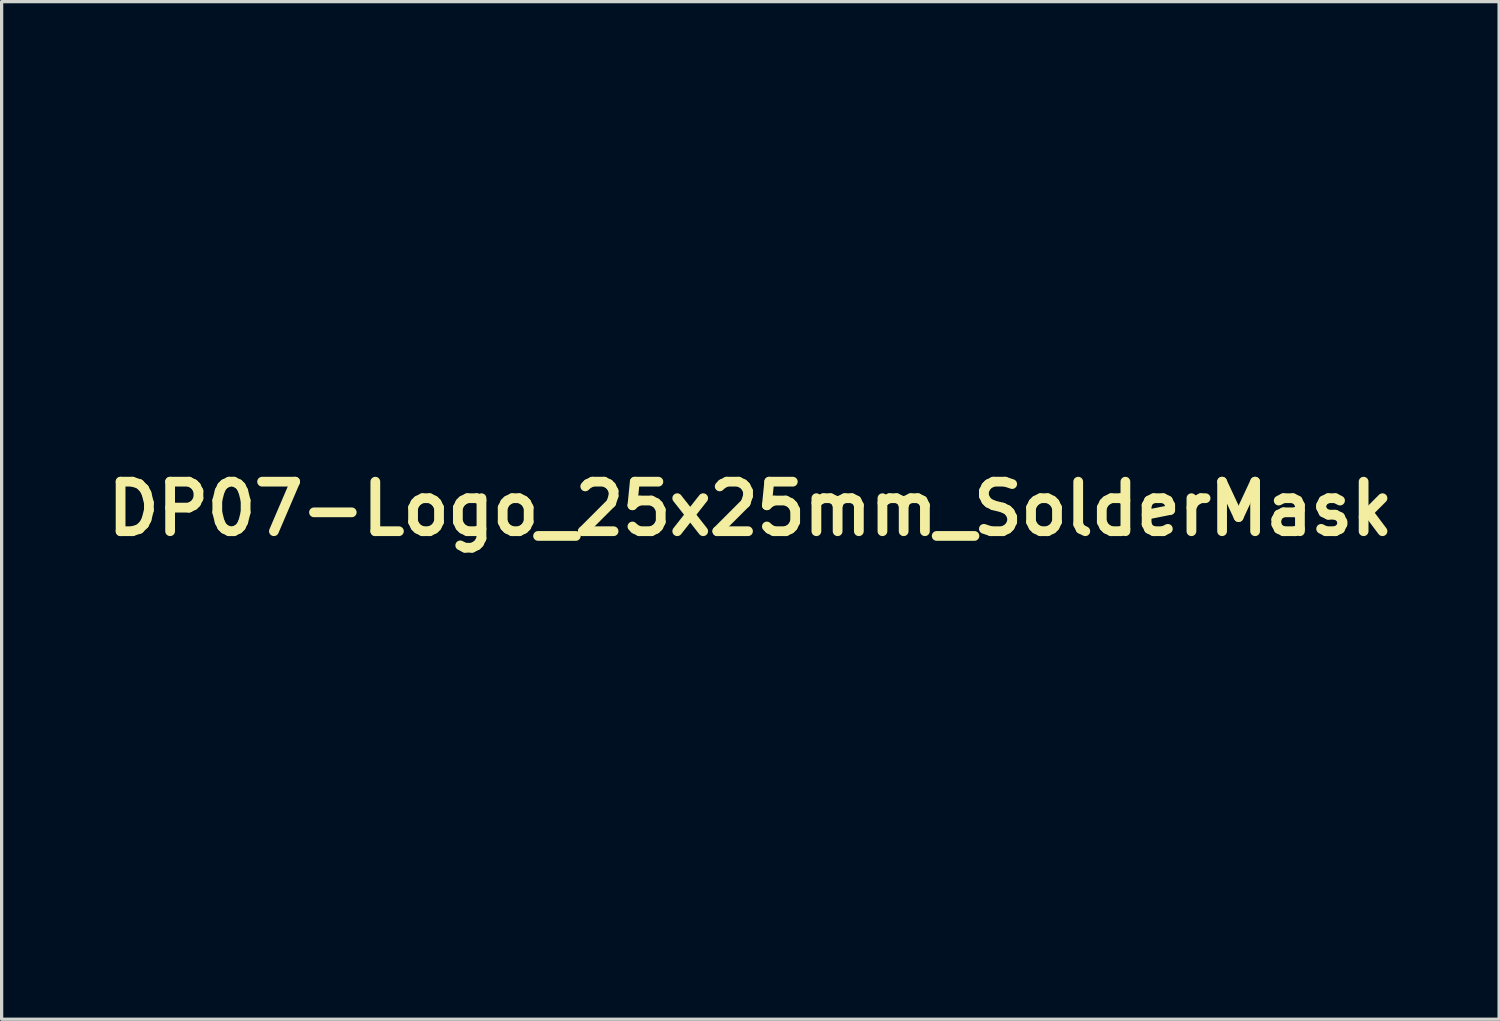
<source format=kicad_pcb>
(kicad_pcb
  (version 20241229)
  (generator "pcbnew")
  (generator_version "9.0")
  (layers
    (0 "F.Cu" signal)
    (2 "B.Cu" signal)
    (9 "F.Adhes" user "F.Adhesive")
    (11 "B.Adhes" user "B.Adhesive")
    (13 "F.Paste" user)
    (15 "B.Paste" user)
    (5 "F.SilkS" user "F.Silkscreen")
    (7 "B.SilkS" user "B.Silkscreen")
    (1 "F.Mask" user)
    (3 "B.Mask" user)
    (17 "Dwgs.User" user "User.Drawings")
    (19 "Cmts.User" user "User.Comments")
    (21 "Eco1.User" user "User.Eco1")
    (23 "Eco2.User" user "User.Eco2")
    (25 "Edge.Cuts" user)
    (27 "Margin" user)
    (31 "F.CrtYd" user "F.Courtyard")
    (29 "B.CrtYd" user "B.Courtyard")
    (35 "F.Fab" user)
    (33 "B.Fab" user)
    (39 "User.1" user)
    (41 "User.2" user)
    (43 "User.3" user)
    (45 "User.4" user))
  (footprint "DP07-Logo_25x25mm_SolderMask"
    (layer "F.Cu")
    (at 20.037 12.605)
    (property "Reference" "DP07-Logo_25x25mm_SolderMask" (at 0 0 0) (layer "F.SilkS") (effects (font (size 1.524 1.524) (thickness 0.3))))
    (attr through_hole)
    (fp_poly (pts (xy -7.62 1.651) (xy -7.662 1.693) (xy -7.705 1.651) (xy -7.662 1.609) (xy -7.62 1.651)) (stroke (width 0.01) (type solid)) (fill yes) (layer "F.Mask"))
    (fp_poly (pts (xy -7.112 -6.138) (xy -7.154 -6.096) (xy -7.197 -6.138) (xy -7.154 -6.181) (xy -7.112 -6.138)) (stroke (width 0.01) (type solid)) (fill yes) (layer "F.Mask"))
    (fp_poly (pts (xy -4.064 11.472) (xy -4.106 11.515) (xy -4.149 11.472) (xy -4.106 11.43) (xy -4.064 11.472)) (stroke (width 0.01) (type solid)) (fill yes) (layer "F.Mask"))
    (fp_poly (pts (xy -3.979 11.303) (xy -4.022 11.345) (xy -4.064 11.303) (xy -4.022 11.261) (xy -3.979 11.303)) (stroke (width 0.01) (type solid)) (fill yes) (layer "F.Mask"))
    (fp_poly (pts (xy -3.895 11.134) (xy -3.937 11.176) (xy -3.979 11.134) (xy -3.937 11.091) (xy -3.895 11.134)) (stroke (width 0.01) (type solid)) (fill yes) (layer "F.Mask"))
    (fp_poly (pts (xy -3.81 10.88) (xy -3.852 10.922) (xy -3.895 10.88) (xy -3.852 10.837) (xy -3.81 10.88)) (stroke (width 0.01) (type solid)) (fill yes) (layer "F.Mask"))
    (fp_poly (pts (xy -3.471 10.033) (xy -3.514 10.075) (xy -3.556 10.033) (xy -3.514 9.991) (xy -3.471 10.033)) (stroke (width 0.01) (type solid)) (fill yes) (layer "F.Mask"))
    (fp_poly (pts (xy -3.302 9.61) (xy -3.344 9.652) (xy -3.387 9.61) (xy -3.344 9.567) (xy -3.302 9.61)) (stroke (width 0.01) (type solid)) (fill yes) (layer "F.Mask"))
    (fp_poly (pts (xy -3.133 9.186) (xy -3.175 9.229) (xy -3.217 9.186) (xy -3.175 9.144) (xy -3.133 9.186)) (stroke (width 0.01) (type solid)) (fill yes) (layer "F.Mask"))
    (fp_poly (pts (xy -3.048 -8.594) (xy -3.09 -8.551) (xy -3.133 -8.594) (xy -3.09 -8.636) (xy -3.048 -8.594)) (stroke (width 0.01) (type solid)) (fill yes) (layer "F.Mask"))
    (fp_poly (pts (xy -1.439 4.699) (xy -1.482 4.741) (xy -1.524 4.699) (xy -1.482 4.657) (xy -1.439 4.699)) (stroke (width 0.01) (type solid)) (fill yes) (layer "F.Mask"))
    (fp_poly (pts (xy -1.016 1.99) (xy -1.058 2.032) (xy -1.101 1.99) (xy -1.058 1.947) (xy -1.016 1.99)) (stroke (width 0.01) (type solid)) (fill yes) (layer "F.Mask"))
    (fp_poly (pts (xy -0.508 -0.296) (xy -0.55 -0.254) (xy -0.593 -0.296) (xy -0.55 -0.339) (xy -0.508 -0.296)) (stroke (width 0.01) (type solid)) (fill yes) (layer "F.Mask"))
    (fp_poly (pts (xy -0.254 4.36) (xy -0.296 4.403) (xy -0.339 4.36) (xy -0.296 4.318) (xy -0.254 4.36)) (stroke (width 0.01) (type solid)) (fill yes) (layer "F.Mask"))
    (fp_poly (pts (xy 0.085 5.546) (xy 0.042 5.588) (xy 0 5.546) (xy 0.042 5.503) (xy 0.085 5.546)) (stroke (width 0.01) (type solid)) (fill yes) (layer "F.Mask"))
    (fp_poly (pts (xy 0.339 5.038) (xy 0.296 5.08) (xy 0.254 5.038) (xy 0.296 4.995) (xy 0.339 5.038)) (stroke (width 0.01) (type solid)) (fill yes) (layer "F.Mask"))
    (fp_poly (pts (xy 0.677 4.53) (xy 0.635 4.572) (xy 0.593 4.53) (xy 0.635 4.487) (xy 0.677 4.53)) (stroke (width 0.01) (type solid)) (fill yes) (layer "F.Mask"))
    (fp_poly (pts (xy 4.064 11.388) (xy 4.022 11.43) (xy 3.979 11.388) (xy 4.022 11.345) (xy 4.064 11.388)) (stroke (width 0.01) (type solid)) (fill yes) (layer "F.Mask"))
    (fp_poly (pts (xy 4.233 3.175) (xy 4.191 3.217) (xy 4.149 3.175) (xy 4.191 3.133) (xy 4.233 3.175)) (stroke (width 0.01) (type solid)) (fill yes) (layer "F.Mask"))
    (fp_poly (pts (xy 5.588 11.726) (xy 5.546 11.769) (xy 5.503 11.726) (xy 5.546 11.684) (xy 5.588 11.726)) (stroke (width 0.01) (type solid)) (fill yes) (layer "F.Mask"))
    (fp_poly (pts (xy 6.604 9.779) (xy 6.562 9.821) (xy 6.519 9.779) (xy 6.562 9.737) (xy 6.604 9.779)) (stroke (width 0.01) (type solid)) (fill yes) (layer "F.Mask"))
    (fp_poly (pts (xy 6.689 9.61) (xy 6.646 9.652) (xy 6.604 9.61) (xy 6.646 9.567) (xy 6.689 9.61)) (stroke (width 0.01) (type solid)) (fill yes) (layer "F.Mask"))
    (fp_poly (pts (xy 6.858 9.186) (xy 6.816 9.229) (xy 6.773 9.186) (xy 6.816 9.144) (xy 6.858 9.186)) (stroke (width 0.01) (type solid)) (fill yes) (layer "F.Mask"))
    (fp_poly (pts (xy 6.943 9.017) (xy 6.9 9.059) (xy 6.858 9.017) (xy 6.9 8.975) (xy 6.943 9.017)) (stroke (width 0.01) (type solid)) (fill yes) (layer "F.Mask"))
    (fp_poly (pts (xy 7.027 8.848) (xy 6.985 8.89) (xy 6.943 8.848) (xy 6.985 8.805) (xy 7.027 8.848)) (stroke (width 0.01) (type solid)) (fill yes) (layer "F.Mask"))
    (fp_poly (pts (xy 7.112 8.678) (xy 7.07 8.721) (xy 7.027 8.678) (xy 7.07 8.636) (xy 7.112 8.678)) (stroke (width 0.01) (type solid)) (fill yes) (layer "F.Mask"))
    (fp_poly (pts (xy 7.197 8.509) (xy 7.154 8.551) (xy 7.112 8.509) (xy 7.154 8.467) (xy 7.197 8.509)) (stroke (width 0.01) (type solid)) (fill yes) (layer "F.Mask"))
    (fp_poly (pts (xy 7.281 8.34) (xy 7.239 8.382) (xy 7.197 8.34) (xy 7.239 8.297) (xy 7.281 8.34)) (stroke (width 0.01) (type solid)) (fill yes) (layer "F.Mask"))
    (fp_poly (pts (xy 7.705 6.816) (xy 7.662 6.858) (xy 7.62 6.816) (xy 7.662 6.773) (xy 7.705 6.816)) (stroke (width 0.01) (type solid)) (fill yes) (layer "F.Mask"))
    (fp_poly (pts (xy 8.721 5.969) (xy 8.678 6.011) (xy 8.636 5.969) (xy 8.678 5.927) (xy 8.721 5.969)) (stroke (width 0.01) (type solid)) (fill yes) (layer "F.Mask"))
    (fp_poly (pts (xy 8.89 7.324) (xy 8.848 7.366) (xy 8.805 7.324) (xy 8.848 7.281) (xy 8.89 7.324)) (stroke (width 0.01) (type solid)) (fill yes) (layer "F.Mask"))
    (fp_poly (pts (xy -3.415 9.765) (xy -3.405 9.865) (xy -3.415 9.878) (xy -3.465 9.866) (xy -3.471 9.821) (xy -3.44 9.752) (xy -3.415 9.765)) (stroke (width 0.01) (type solid)) (fill yes) (layer "F.Mask"))
    (fp_poly (pts (xy -2.992 8.749) (xy -2.981 8.849) (xy -2.992 8.862) (xy -3.042 8.85) (xy -3.048 8.805) (xy -3.017 8.736) (xy -2.992 8.749)) (stroke (width 0.01) (type solid)) (fill yes) (layer "F.Mask"))
    (fp_poly (pts (xy -1.214 -2.392) (xy -1.203 -2.218) (xy -1.214 -2.18) (xy -1.245 -2.17) (xy -1.257 -2.286) (xy -1.243 -2.406) (xy -1.214 -2.392)) (stroke (width 0.01) (type solid)) (fill yes) (layer "F.Mask"))
    (fp_poly (pts (xy -0.277 -9.11) (xy -0.302 -9.072) (xy -0.388 -9.066) (xy -0.478 -9.087) (xy -0.439 -9.117) (xy -0.307 -9.127) (xy -0.277 -9.11)) (stroke (width 0.01) (type solid)) (fill yes) (layer "F.Mask"))
    (fp_poly (pts (xy 1.243 3.794) (xy 1.253 3.926) (xy 1.236 3.956) (xy 1.198 3.931) (xy 1.192 3.845) (xy 1.213 3.755) (xy 1.243 3.794)) (stroke (width 0.01) (type solid)) (fill yes) (layer "F.Mask"))
    (fp_poly (pts (xy 4.713 12.559) (xy 4.723 12.659) (xy 4.713 12.672) (xy 4.663 12.66) (xy 4.657 12.615) (xy 4.688 12.546) (xy 4.713 12.559)) (stroke (width 0.01) (type solid)) (fill yes) (layer "F.Mask"))
    (fp_poly (pts (xy 7.93 -6.322) (xy 7.941 -6.221) (xy 7.93 -6.209) (xy 7.88 -6.221) (xy 7.874 -6.265) (xy 7.905 -6.335) (xy 7.93 -6.322)) (stroke (width 0.01) (type solid)) (fill yes) (layer "F.Mask"))
    (fp_poly (pts (xy -3.582 10.29) (xy -3.63 10.352) (xy -3.701 10.405) (xy -3.684 10.321) (xy -3.678 10.305) (xy -3.61 10.201) (xy -3.572 10.2) (xy -3.582 10.29)) (stroke (width 0.01) (type solid)) (fill yes) (layer "F.Mask"))
    (fp_poly (pts (xy -2.36 12.422) (xy -2.356 12.426) (xy -2.297 12.573) (xy -2.304 12.627) (xy -2.348 12.647) (xy -2.393 12.537) (xy -2.413 12.407) (xy -2.36 12.422)) (stroke (width 0.01) (type solid)) (fill yes) (layer "F.Mask"))
    (fp_poly (pts (xy 1.105 -0.792) (xy 1.088 -0.736) (xy 0.952 -0.706) (xy 0.806 -0.705) (xy 0.814 -0.739) (xy 0.879 -0.779) (xy 1.034 -0.818) (xy 1.105 -0.792)) (stroke (width 0.01) (type solid)) (fill yes) (layer "F.Mask"))
    (fp_poly (pts (xy -1.3 -2.87) (xy -1.296 -2.856) (xy -1.284 -2.671) (xy -1.299 -2.602) (xy -1.327 -2.599) (xy -1.338 -2.732) (xy -1.338 -2.752) (xy -1.326 -2.883) (xy -1.3 -2.87)) (stroke (width 0.01) (type solid)) (fill yes) (layer "F.Mask"))
    (fp_poly (pts (xy 0.989 4.796) (xy 0.974 4.826) (xy 0.894 4.907) (xy 0.879 4.911) (xy 0.873 4.856) (xy 0.889 4.826) (xy 0.969 4.745) (xy 0.984 4.741) (xy 0.989 4.796)) (stroke (width 0.01) (type solid)) (fill yes) (layer "F.Mask"))
    (fp_poly (pts (xy 1.367 -0.887) (xy 1.439 -0.847) (xy 1.507 -0.78) (xy 1.482 -0.765) (xy 1.343 -0.807) (xy 1.27 -0.847) (xy 1.202 -0.914) (xy 1.228 -0.929) (xy 1.367 -0.887)) (stroke (width 0.01) (type solid)) (fill yes) (layer "F.Mask"))
    (fp_poly (pts (xy 1.413 4.373) (xy 1.397 4.403) (xy 1.317 4.484) (xy 1.302 4.487) (xy 1.297 4.433) (xy 1.312 4.403) (xy 1.392 4.322) (xy 1.407 4.318) (xy 1.413 4.373)) (stroke (width 0.01) (type solid)) (fill yes) (layer "F.Mask"))
    (fp_poly (pts (xy 3.802 12.349) (xy 3.81 12.488) (xy 3.785 12.648) (xy 3.737 12.7) (xy 3.696 12.63) (xy 3.705 12.488) (xy 3.746 12.33) (xy 3.778 12.277) (xy 3.802 12.349)) (stroke (width 0.01) (type solid)) (fill yes) (layer "F.Mask"))
    (fp_poly (pts (xy 4.39 12.356) (xy 4.342 12.514) (xy 4.318 12.573) (xy 4.26 12.668) (xy 4.241 12.615) (xy 4.281 12.435) (xy 4.318 12.361) (xy 4.381 12.295) (xy 4.39 12.356)) (stroke (width 0.01) (type solid)) (fill yes) (layer "F.Mask"))
    (fp_poly (pts (xy 4.804 -3.333) (xy 4.819 -3.31) (xy 4.863 -3.142) (xy 4.851 -3.077) (xy 4.79 -2.97) (xy 4.752 -3.028) (xy 4.743 -3.196) (xy 4.757 -3.343) (xy 4.804 -3.333)) (stroke (width 0.01) (type solid)) (fill yes) (layer "F.Mask"))
    (fp_poly (pts (xy 5.135 12.254) (xy 5.114 12.418) (xy 5.053 12.634) (xy 5.013 12.682) (xy 4.996 12.564) (xy 4.995 12.507) (xy 5.026 12.322) (xy 5.083 12.232) (xy 5.135 12.254)) (stroke (width 0.01) (type solid)) (fill yes) (layer "F.Mask"))
    (fp_poly (pts (xy 5.368 12.205) (xy 5.356 12.314) (xy 5.295 12.498) (xy 5.23 12.585) (xy 5.184 12.564) (xy 5.207 12.435) (xy 5.28 12.246) (xy 5.341 12.164) (xy 5.368 12.205)) (stroke (width 0.01) (type solid)) (fill yes) (layer "F.Mask"))
    (fp_poly (pts (xy 5.755 11.303) (xy 5.713 11.442) (xy 5.673 11.515) (xy 5.606 11.582) (xy 5.591 11.557) (xy 5.633 11.418) (xy 5.673 11.345) (xy 5.74 11.278) (xy 5.755 11.303)) (stroke (width 0.01) (type solid)) (fill yes) (layer "F.Mask"))
    (fp_poly (pts (xy 6.505 9.962) (xy 6.47 10.11) (xy 6.392 10.329) (xy 6.316 10.494) (xy 6.279 10.497) (xy 6.275 10.456) (xy 6.314 10.257) (xy 6.392 10.075) (xy 6.479 9.946) (xy 6.505 9.962)) (stroke (width 0.01) (type solid)) (fill yes) (layer "F.Mask"))
    (fp_poly (pts (xy 0.951 4.183) (xy 0.944 4.293) (xy 0.93 4.318) (xy 0.864 4.391) (xy 0.848 4.334) (xy 0.794 4.267) (xy 0.741 4.283) (xy 0.678 4.307) (xy 0.733 4.236) (xy 0.862 4.156) (xy 0.951 4.183)) (stroke (width 0.01) (type solid)) (fill yes) (layer "F.Mask"))
    (fp_poly (pts (xy 6.508 4.533) (xy 6.482 4.607) (xy 6.386 4.695) (xy 6.195 4.824) (xy 5.974 4.956) (xy 5.77 5.066) (xy 5.627 5.129) (xy 5.588 5.13) (xy 5.652 5.058) (xy 5.814 4.935) (xy 6.026 4.791) (xy 6.243 4.655) (xy 6.419 4.559) (xy 6.507 4.532) (xy 6.508 4.533)) (stroke (width 0.01) (type solid)) (fill yes) (layer "F.Mask"))
    (fp_poly (pts (xy -7.708 2.591) (xy -7.655 3.003) (xy -7.601 3.281) (xy -7.534 3.456) (xy -7.441 3.564) (xy -7.343 3.623) (xy -7.212 3.691) (xy -7.231 3.714) (xy -7.334 3.72) (xy -7.535 3.662) (xy -7.631 3.585) (xy -7.701 3.404) (xy -7.746 3.068) (xy -7.761 2.718) (xy -7.776 1.99) (xy -7.708 2.591)) (stroke (width 0.01) (type solid)) (fill yes) (layer "F.Mask"))
    (fp_poly (pts (xy 3.9 11.476) (xy 3.92 11.574) (xy 3.863 11.71) (xy 3.772 11.904) (xy 3.676 12.178) (xy 3.641 12.298) (xy 3.565 12.53) (xy 3.489 12.675) (xy 3.455 12.7) (xy 3.415 12.633) (xy 3.434 12.509) (xy 3.565 12.117) (xy 3.692 11.796) (xy 3.801 11.573) (xy 3.882 11.475) (xy 3.9 11.476)) (stroke (width 0.01) (type solid)) (fill yes) (layer "F.Mask"))
    (fp_poly (pts (xy 8.361 7.17) (xy 8.541 7.317) (xy 8.785 7.53) (xy 8.975 7.702) (xy 9.26 7.972) (xy 9.425 8.148) (xy 9.482 8.245) (xy 9.439 8.275) (xy 9.423 8.274) (xy 9.277 8.212) (xy 9.055 8.058) (xy 8.798 7.842) (xy 8.725 7.773) (xy 8.418 7.464) (xy 8.247 7.251) (xy 8.214 7.137) (xy 8.276 7.115) (xy 8.361 7.17)) (stroke (width 0.01) (type solid)) (fill yes) (layer "F.Mask"))
    (fp_poly (pts (xy 1.113 -1.127) (xy 0.968 -1.076) (xy 0.895 -1.052) (xy 0.588 -0.962) (xy 0.235 -0.87) (xy -0.126 -0.787) (xy -0.46 -0.718) (xy -0.728 -0.672) (xy -0.895 -0.657) (xy -0.931 -0.668) (xy -0.854 -0.709) (xy -0.644 -0.772) (xy -0.335 -0.851) (xy -0.021 -0.921) (xy 0.491 -1.029) (xy 0.849 -1.102) (xy 1.064 -1.142) (xy 1.148 -1.15) (xy 1.113 -1.127)) (stroke (width 0.01) (type solid)) (fill yes) (layer "F.Mask"))
    (fp_poly (pts (xy 6.151 10.864) (xy 6.144 10.957) (xy 6.092 11.169) (xy 6.008 11.459) (xy 5.904 11.786) (xy 5.794 12.11) (xy 5.692 12.391) (xy 5.609 12.589) (xy 5.569 12.658) (xy 5.517 12.667) (xy 5.532 12.526) (xy 5.536 12.509) (xy 5.596 12.298) (xy 5.689 12.014) (xy 5.801 11.698) (xy 5.917 11.386) (xy 6.023 11.118) (xy 6.106 10.931) (xy 6.15 10.863) (xy 6.151 10.864)) (stroke (width 0.01) (type solid)) (fill yes) (layer "F.Mask"))
    (fp_poly (pts (xy 2.276 -1.139) (xy 2.245 -1.104) (xy 2.194 -1.099) (xy 2.122 -1.083) (xy 2.197 -1.019) (xy 2.201 -1.016) (xy 2.265 -0.948) (xy 2.229 -0.933) (xy 2.068 -0.907) (xy 1.975 -0.881) (xy 1.874 -0.856) (xy 1.922 -0.907) (xy 1.947 -0.926) (xy 1.994 -0.983) (xy 1.911 -0.996) (xy 1.736 -0.978) (xy 1.553 -0.956) (xy 1.513 -0.96) (xy 1.623 -0.998) (xy 1.817 -1.055) (xy 2.062 -1.117) (xy 2.232 -1.144) (xy 2.276 -1.139)) (stroke (width 0.01) (type solid)) (fill yes) (layer "F.Mask"))
    (fp_poly (pts (xy 7.112 8.241) (xy 7.077 8.331) (xy 6.986 8.529) (xy 6.867 8.775) (xy 6.731 9.061) (xy 6.555 9.447) (xy 6.365 9.878) (xy 6.224 10.202) (xy 6.037 10.638) (xy 5.906 10.934) (xy 5.821 11.109) (xy 5.775 11.18) (xy 5.758 11.164) (xy 5.757 11.149) (xy 5.788 11.043) (xy 5.871 10.815) (xy 5.993 10.498) (xy 6.141 10.126) (xy 6.3 9.733) (xy 6.457 9.352) (xy 6.599 9.017) (xy 6.712 8.762) (xy 6.762 8.659) (xy 6.889 8.438) (xy 7.007 8.278) (xy 7.089 8.21) (xy 7.112 8.241)) (stroke (width 0.01) (type solid)) (fill yes) (layer "F.Mask"))
    (fp_poly (pts (xy 3.771 -11.362) (xy 4.004 -11.249) (xy 4.806 -10.761) (xy 5.577 -10.143) (xy 6.273 -9.43) (xy 6.817 -8.719) (xy 7.017 -8.394) (xy 7.225 -8.018) (xy 7.425 -7.622) (xy 7.602 -7.24) (xy 7.742 -6.904) (xy 7.828 -6.647) (xy 7.847 -6.502) (xy 7.845 -6.496) (xy 7.807 -6.456) (xy 7.796 -6.52) (xy 7.758 -6.644) (xy 7.658 -6.883) (xy 7.515 -7.201) (xy 7.37 -7.502) (xy 6.82 -8.474) (xy 6.173 -9.335) (xy 5.409 -10.104) (xy 4.509 -10.802) (xy 4.024 -11.118) (xy 3.747 -11.296) (xy 3.612 -11.398) (xy 3.62 -11.422) (xy 3.771 -11.362)) (stroke (width 0.01) (type solid)) (fill yes) (layer "F.Mask"))
    (fp_poly (pts (xy 7.415 7.471) (xy 7.379 7.538) (xy 7.236 7.652) (xy 7.17 7.695) (xy 6.84 7.946) (xy 6.434 8.335) (xy 5.96 8.853) (xy 5.426 9.491) (xy 4.841 10.239) (xy 4.211 11.09) (xy 4.208 11.093) (xy 4.113 11.223) (xy 4.101 11.225) (xy 4.172 11.089) (xy 4.2 11.037) (xy 4.375 10.748) (xy 4.632 10.37) (xy 4.941 9.941) (xy 5.273 9.501) (xy 5.6 9.09) (xy 5.892 8.746) (xy 5.898 8.739) (xy 6.164 8.46) (xy 6.458 8.177) (xy 6.754 7.914) (xy 7.025 7.693) (xy 7.244 7.536) (xy 7.384 7.467) (xy 7.415 7.471)) (stroke (width 0.01) (type solid)) (fill yes) (layer "F.Mask"))
    (fp_poly (pts (xy 0.609 -5.561) (xy 1.057 -5.408) (xy 1.328 -5.224) (xy 1.681 -4.808) (xy 1.886 -4.311) (xy 1.94 -3.745) (xy 1.939 -3.448) (xy 1.951 -3.046) (xy 1.973 -2.602) (xy 1.99 -2.349) (xy 2.015 -1.946) (xy 2.024 -1.654) (xy 2.018 -1.484) (xy 2 -1.447) (xy 1.973 -1.553) (xy 1.938 -1.812) (xy 1.918 -2.011) (xy 1.889 -2.361) (xy 1.869 -2.692) (xy 1.863 -2.896) (xy 1.863 -3.209) (xy 1.449 -2.796) (xy 1.123 -2.514) (xy 0.803 -2.351) (xy 0.435 -2.289) (xy -0.008 -2.306) (xy -0.446 -2.428) (xy -0.837 -2.685) (xy -1.152 -3.045) (xy -1.363 -3.473) (xy -1.406 -3.733) (xy -1.254 -3.733) (xy -1.126 -3.293) (xy -0.883 -2.909) (xy -0.537 -2.616) (xy -0.138 -2.451) (xy 0.108 -2.398) (xy 0.281 -2.387) (xy 0.47 -2.421) (xy 0.635 -2.465) (xy 0.92 -2.57) (xy 1.178 -2.706) (xy 1.208 -2.726) (xy 1.389 -2.904) (xy 1.569 -3.157) (xy 1.711 -3.422) (xy 1.777 -3.638) (xy 1.778 -3.658) (xy 1.746 -3.656) (xy 1.664 -3.53) (xy 1.599 -3.406) (xy 1.33 -3.026) (xy 0.984 -2.777) (xy 0.591 -2.654) (xy 0.182 -2.658) (xy -0.213 -2.786) (xy -0.402 -2.921) (xy 0.847 -2.921) (xy 0.889 -2.879) (xy 0.931 -2.921) (xy 0.889 -2.963) (xy 0.847 -2.921) (xy -0.402 -2.921) (xy -0.565 -3.037) (xy -0.841 -3.409) (xy -0.901 -3.535) (xy -0.98 -3.92) (xy -0.924 -4.332) (xy -0.753 -4.724) (xy -0.483 -5.049) (xy -0.331 -5.154) (xy 0.822 -5.154) (xy 0.876 -5.074) (xy 1.061 -4.893) (xy 1.064 -4.889) (xy 1.339 -4.534) (xy 1.461 -4.127) (xy 1.431 -3.698) (xy 1.245 -3.274) (xy 1.167 -3.164) (xy 0.982 -2.921) (xy 1.177 -3.09) (xy 1.367 -3.299) (xy 1.49 -3.488) (xy 1.596 -3.863) (xy 1.565 -4.267) (xy 1.412 -4.649) (xy 1.15 -4.957) (xy 1.098 -4.997) (xy 0.896 -5.13) (xy 0.822 -5.154) (xy -0.331 -5.154) (xy -0.316 -5.164) (xy 1.191 -5.164) (xy 1.212 -5.12) (xy 1.259 -5.059) (xy 1.383 -4.927) (xy 1.438 -4.928) (xy 1.439 -4.943) (xy 1.381 -5.013) (xy 1.291 -5.091) (xy 1.191 -5.164) (xy -0.316 -5.164) (xy -0.254 -5.207) (xy 0.03 -5.296) (xy 0.385 -5.33) (xy 0.731 -5.309) (xy 0.958 -5.245) (xy 1.083 -5.188) (xy 1.065 -5.217) (xy 0.987 -5.281) (xy 0.714 -5.413) (xy 0.358 -5.472) (xy -0.011 -5.448) (xy -0.146 -5.414) (xy -0.617 -5.197) (xy -0.956 -4.885) (xy -1.103 -4.653) (xy -1.25 -4.197) (xy -1.254 -3.733) (xy -1.406 -3.733) (xy -1.439 -3.937) (xy -1.439 -3.937) (xy -1.367 -4.356) (xy -1.17 -4.783) (xy -0.879 -5.157) (xy -0.744 -5.278) (xy -0.34 -5.498) (xy 0.127 -5.592) (xy 0.609 -5.561)) (stroke (width 0.01) (type solid)) (fill yes) (layer "F.Mask"))
    (fp_poly (pts (xy 1.496 -6.667) (xy 1.678 -6.588) (xy 1.897 -6.466) (xy 1.946 -6.435) (xy 2.373 -6.077) (xy 2.756 -5.591) (xy 3.043 -5.065) (xy 3.205 -4.699) (xy 3.221 -5.122) (xy 3.237 -5.327) (xy 3.26 -5.408) (xy 3.278 -5.376) (xy 3.366 -5.168) (xy 3.426 -5.08) (xy 3.471 -4.947) (xy 3.52 -4.651) (xy 3.573 -4.2) (xy 3.628 -3.6) (xy 3.682 -2.921) (xy 3.724 -2.354) (xy 3.764 -1.845) (xy 3.798 -1.419) (xy 3.826 -1.098) (xy 3.846 -0.907) (xy 3.853 -0.863) (xy 3.914 -0.908) (xy 4.047 -1.052) (xy 4.174 -1.202) (xy 4.389 -1.524) (xy 4.526 -1.893) (xy 4.576 -2.117) (xy 4.641 -2.42) (xy 4.708 -2.667) (xy 4.757 -2.794) (xy 4.808 -2.859) (xy 4.799 -2.773) (xy 4.794 -2.752) (xy 4.751 -2.551) (xy 4.701 -2.297) (xy 4.699 -2.286) (xy 4.648 -2.033) (xy 4.6 -1.827) (xy 4.598 -1.82) (xy 4.589 -1.734) (xy 4.651 -1.752) (xy 4.806 -1.881) (xy 4.832 -1.905) (xy 5.113 -2.159) (xy 4.906 -1.903) (xy 4.652 -1.594) (xy 4.394 -1.292) (xy 4.156 -1.023) (xy 3.963 -0.815) (xy 3.84 -0.695) (xy 3.812 -0.677) (xy 3.763 -0.748) (xy 3.75 -0.826) (xy 3.724 -1.084) (xy 3.682 -1.422) (xy 3.631 -1.804) (xy 3.574 -2.19) (xy 3.519 -2.544) (xy 3.471 -2.827) (xy 3.435 -3.003) (xy 3.421 -3.04) (xy 3.391 -3.004) (xy 3.387 -2.849) (xy 3.388 -2.836) (xy 3.394 -2.615) (xy 3.392 -2.301) (xy 3.386 -2.032) (xy 3.377 -1.83) (xy 3.365 -1.732) (xy 3.346 -1.75) (xy 3.317 -1.898) (xy 3.274 -2.188) (xy 3.214 -2.633) (xy 3.211 -2.658) (xy 3.147 -3.105) (xy 3.084 -3.507) (xy 3.027 -3.828) (xy 2.982 -4.028) (xy 2.973 -4.055) (xy 2.892 -4.276) (xy 2.887 -4.064) (xy 2.894 -3.916) (xy 2.915 -3.629) (xy 2.95 -3.234) (xy 2.994 -2.761) (xy 3.045 -2.24) (xy 3.048 -2.204) (xy 3.096 -1.694) (xy 3.133 -1.242) (xy 3.156 -0.876) (xy 3.164 -0.621) (xy 3.155 -0.505) (xy 3.152 -0.501) (xy 3.033 -0.437) (xy 2.84 -0.364) (xy 2.642 -0.304) (xy 2.504 -0.28) (xy 2.481 -0.285) (xy 2.465 -0.375) (xy 2.438 -0.609) (xy 2.402 -0.965) (xy 2.36 -1.417) (xy 2.313 -1.942) (xy 2.285 -2.272) (xy 2.22 -2.997) (xy 2.154 -3.602) (xy 2.091 -4.075) (xy 2.038 -4.36) (xy 2.794 -4.36) (xy 2.836 -4.318) (xy 2.879 -4.36) (xy 2.836 -4.403) (xy 2.794 -4.36) (xy 2.038 -4.36) (xy 2.031 -4.402) (xy 1.99 -4.543) (xy 1.949 -4.614) (xy 3.217 -4.614) (xy 3.26 -4.572) (xy 3.302 -4.614) (xy 3.26 -4.657) (xy 3.217 -4.614) (xy 1.949 -4.614) (xy 1.695 -5.058) (xy 1.301 -5.442) (xy 0.82 -5.686) (xy 0.285 -5.78) (xy -0.218 -5.72) (xy -0.683 -5.513) (xy -1.082 -5.182) (xy -1.385 -4.75) (xy -1.534 -4.368) (xy -1.563 -4.217) (xy -1.575 -4.025) (xy -1.567 -3.767) (xy -1.538 -3.418) (xy -1.486 -2.954) (xy -1.41 -2.35) (xy -1.401 -2.286) (xy -1.332 -1.759) (xy -1.268 -1.287) (xy -1.213 -0.897) (xy -1.172 -0.614) (xy -1.147 -0.467) (xy -1.144 -0.454) (xy -1.066 -0.415) (xy -0.864 -0.437) (xy -0.837 -0.444) (xy -0.387 -0.444) (xy -0.303 -0.43) (xy -0.194 -0.446) (xy -0.192 -0.474) (xy -0.306 -0.495) (xy -0.355 -0.481) (xy -0.387 -0.444) (xy -0.837 -0.444) (xy -0.543 -0.516) (xy -0.222 -0.59) (xy 0.065 -0.629) (xy 0.246 -0.626) (xy 0.385 -0.606) (xy 0.376 -0.641) (xy 0.339 -0.669) (xy 0.269 -0.738) (xy 0.348 -0.76) (xy 0.397 -0.761) (xy 0.565 -0.731) (xy 0.629 -0.686) (xy 0.603 -0.613) (xy 0.462 -0.56) (xy 0.26 -0.542) (xy 0.082 -0.561) (xy -0.048 -0.578) (xy -0.025 -0.535) (xy -0.013 -0.527) (xy 0.035 -0.458) (xy -0.065 -0.405) (xy -0.112 -0.392) (xy -0.318 -0.366) (xy -0.438 -0.381) (xy -0.595 -0.389) (xy -0.804 -0.352) (xy -0.938 -0.308) (xy -1.014 -0.239) (xy -1.049 -0.105) (xy -1.058 0.138) (xy -1.058 0.294) (xy -1.058 0.871) (xy -1.507 1.024) (xy -1.784 1.107) (xy -1.935 1.119) (xy -1.986 1.076) (xy -1.999 0.964) (xy -2.019 0.71) (xy -2.043 0.338) (xy -2.07 -0.125) (xy -2.098 -0.654) (xy -2.11 -0.889) (xy -2.144 -1.503) (xy -2.182 -2.122) (xy -2.222 -2.706) (xy -2.26 -3.212) (xy -2.295 -3.597) (xy -2.3 -3.643) (xy -2.341 -4.054) (xy -2.357 -4.337) (xy -2.347 -4.531) (xy -2.309 -4.676) (xy -2.256 -4.786) (xy -2.116 -5.038) (xy -2.164 -4.784) (xy -2.177 -4.667) (xy -2.144 -4.683) (xy -2.054 -4.84) (xy -2.002 -4.941) (xy -1.633 -5.511) (xy -1.175 -5.936) (xy -0.625 -6.22) (xy 0.02 -6.365) (xy 0.381 -6.386) (xy 0.747 -6.382) (xy 1.006 -6.352) (xy 1.218 -6.284) (xy 1.444 -6.166) (xy 1.453 -6.16) (xy 1.751 -5.951) (xy 2.05 -5.687) (xy 2.164 -5.567) (xy 2.335 -5.381) (xy 2.404 -5.328) (xy 2.37 -5.408) (xy 2.233 -5.619) (xy 2.175 -5.704) (xy 2.003 -5.893) (xy 1.757 -6.102) (xy 1.617 -6.201) (xy 1.43 -6.334) (xy 1.368 -6.406) (xy 1.418 -6.41) (xy 1.578 -6.395) (xy 1.587 -6.454) (xy 1.46 -6.571) (xy 1.359 -6.666) (xy 1.38 -6.696) (xy 1.496 -6.667)) (stroke (width 0.01) (type solid)) (fill yes) (layer "F.Mask"))
    (fp_poly (pts (xy 1.951 -12.502) (xy 1.951 -12.502) (xy 2.136 -12.417) (xy 2.42 -12.297) (xy 2.747 -12.168) (xy 2.777 -12.156) (xy 3.065 -12.039) (xy 3.28 -11.939) (xy 3.382 -11.875) (xy 3.386 -11.867) (xy 3.352 -11.698) (xy 3.269 -11.429) (xy 3.153 -11.113) (xy 3.026 -10.803) (xy 2.939 -10.617) (xy 2.806 -10.34) (xy 2.658 -10.012) (xy 2.511 -9.67) (xy 2.378 -9.349) (xy 2.276 -9.085) (xy 2.218 -8.912) (xy 2.213 -8.864) (xy 2.298 -8.821) (xy 2.496 -8.722) (xy 2.767 -8.587) (xy 2.836 -8.553) (xy 3.371 -8.222) (xy 3.899 -7.781) (xy 4.367 -7.281) (xy 4.694 -6.816) (xy 4.907 -6.483) (xy 5.085 -6.289) (xy 5.25 -6.213) (xy 5.376 -6.221) (xy 5.516 -6.225) (xy 5.79 -6.207) (xy 6.165 -6.172) (xy 6.607 -6.122) (xy 6.858 -6.09) (xy 7.442 -6.013) (xy 7.877 -5.951) (xy 8.186 -5.901) (xy 8.386 -5.859) (xy 8.5 -5.822) (xy 8.547 -5.784) (xy 8.551 -5.765) (xy 8.473 -5.755) (xy 8.257 -5.766) (xy 7.935 -5.798) (xy 7.538 -5.846) (xy 7.429 -5.861) (xy 6.938 -5.923) (xy 6.437 -5.98) (xy 5.986 -6.023) (xy 5.654 -6.047) (xy 5 -6.079) (xy 5.127 -5.834) (xy 5.205 -5.666) (xy 5.194 -5.602) (xy 5.103 -5.594) (xy 4.902 -5.635) (xy 4.784 -5.68) (xy 4.687 -5.733) (xy 4.738 -5.741) (xy 4.848 -5.728) (xy 5.002 -5.721) (xy 5.015 -5.772) (xy 4.994 -5.801) (xy 4.916 -5.925) (xy 4.791 -6.155) (xy 4.644 -6.445) (xy 4.623 -6.488) (xy 4.424 -6.846) (xy 4.187 -7.208) (xy 3.982 -7.472) (xy 3.768 -7.683) (xy 3.485 -7.922) (xy 3.165 -8.164) (xy 2.844 -8.386) (xy 2.555 -8.565) (xy 2.33 -8.677) (xy 2.214 -8.702) (xy 2.14 -8.624) (xy 2.036 -8.448) (xy 1.926 -8.227) (xy 1.838 -8.015) (xy 1.795 -7.864) (xy 1.801 -7.826) (xy 1.883 -7.787) (xy 2.07 -7.702) (xy 2.201 -7.644) (xy 2.392 -7.55) (xy 2.532 -7.44) (xy 2.653 -7.276) (xy 2.786 -7.019) (xy 2.893 -6.786) (xy 3.026 -6.482) (xy 3.123 -6.246) (xy 3.169 -6.113) (xy 3.169 -6.096) (xy 3.118 -6.166) (xy 3.012 -6.355) (xy 2.869 -6.627) (xy 2.794 -6.773) (xy 2.639 -7.073) (xy 2.512 -7.305) (xy 2.431 -7.435) (xy 2.414 -7.451) (xy 2.41 -7.38) (xy 2.48 -7.182) (xy 2.617 -6.877) (xy 2.748 -6.612) (xy 2.887 -6.327) (xy 2.95 -6.169) (xy 2.941 -6.116) (xy 2.866 -6.146) (xy 2.864 -6.147) (xy 2.801 -6.152) (xy 2.822 -6.068) (xy 2.903 -5.859) (xy 2.933 -5.779) (xy 2.908 -5.765) (xy 2.794 -5.861) (xy 2.613 -6.044) (xy 2.543 -6.12) (xy 2.291 -6.377) (xy 2.042 -6.597) (xy 1.846 -6.735) (xy 1.833 -6.743) (xy 1.602 -6.89) (xy 1.42 -7.057) (xy 1.42 -7.058) (xy 1.315 -7.176) (xy 1.277 -7.164) (xy 1.272 -7.082) (xy 1.234 -6.971) (xy 1.122 -6.989) (xy 0.901 -7.043) (xy 0.565 -7.078) (xy 0.167 -7.095) (xy -0.24 -7.093) (xy -0.604 -7.07) (xy -0.871 -7.027) (xy -0.933 -7.007) (xy -1.144 -6.898) (xy -1.37 -6.749) (xy -1.572 -6.592) (xy -1.712 -6.458) (xy -1.748 -6.377) (xy -1.745 -6.374) (xy -1.766 -6.288) (xy -1.861 -6.104) (xy -1.988 -5.893) (xy -2.28 -5.389) (xy -2.474 -4.925) (xy -2.599 -4.429) (xy -2.621 -4.298) (xy -2.654 -4.005) (xy -2.663 -3.705) (xy -2.652 -3.434) (xy -2.624 -3.228) (xy -2.581 -3.124) (xy -2.532 -3.145) (xy -2.466 -3.206) (xy -2.424 -3.13) (xy -2.407 -3.018) (xy -2.381 -2.763) (xy -2.348 -2.393) (xy -2.308 -1.932) (xy -2.266 -1.408) (xy -2.222 -0.848) (xy -2.178 -0.277) (xy -2.138 0.278) (xy -2.103 0.791) (xy -2.095 0.925) (xy -2.114 1.144) (xy -2.188 1.247) (xy -2.285 1.216) (xy -2.359 1.086) (xy -2.392 0.934) (xy -2.431 0.649) (xy -2.473 0.265) (xy -2.514 -0.181) (xy -2.53 -0.381) (xy -2.58 -0.997) (xy -2.633 -1.578) (xy -2.686 -2.102) (xy -2.736 -2.547) (xy -2.782 -2.891) (xy -2.82 -3.113) (xy -2.849 -3.19) (xy -2.851 -3.188) (xy -2.856 -3.097) (xy -2.848 -2.863) (xy -2.83 -2.51) (xy -2.802 -2.066) (xy -2.766 -1.555) (xy -2.756 -1.41) (xy -2.716 -0.858) (xy -2.681 -0.342) (xy -2.654 0.107) (xy -2.637 0.457) (xy -2.63 0.676) (xy -2.63 0.696) (xy -2.638 0.91) (xy -2.657 0.973) (xy -2.7 0.902) (xy -2.724 0.847) (xy -2.819 0.629) (xy -2.884 0.493) (xy -2.93 0.338) (xy -2.978 0.074) (xy -3.016 -0.222) (xy -3.078 -0.557) (xy -2.957 -0.557) (xy -2.941 -0.448) (xy -2.912 -0.446) (xy -2.892 -0.56) (xy -2.905 -0.609) (xy -2.943 -0.641) (xy -2.957 -0.557) (xy -3.078 -0.557) (xy -3.109 -0.723) (xy -3.271 -1.083) (xy -3.272 -1.084) (xy -3.418 -1.334) (xy -3.531 -1.617) (xy -3.622 -1.972) (xy -3.702 -2.438) (xy -3.743 -2.737) (xy -3.786 -3.499) (xy -3.734 -4.299) (xy -3.596 -5.059) (xy -3.503 -5.38) (xy -3.39 -5.693) (xy -3.315 -5.848) (xy -3.286 -5.845) (xy -3.308 -5.684) (xy -3.389 -5.371) (xy -3.495 -4.871) (xy -3.566 -4.258) (xy -3.589 -3.852) (xy -3.6 -3.485) (xy -3.602 -3.281) (xy -3.596 -3.235) (xy -3.579 -3.341) (xy -3.561 -3.514) (xy -3.502 -4.106) (xy -3.487 -3.585) (xy -3.459 -3.2) (xy -3.404 -2.767) (xy -3.33 -2.335) (xy -3.245 -1.953) (xy -3.159 -1.669) (xy -3.123 -1.591) (xy -3.061 -1.461) (xy -3.091 -1.458) (xy -3.151 -1.504) (xy -3.259 -1.667) (xy -3.368 -1.955) (xy -3.461 -2.324) (xy -3.5 -2.54) (xy -3.523 -2.628) (xy -3.539 -2.55) (xy -3.544 -2.437) (xy -3.519 -2.173) (xy -3.44 -1.849) (xy -3.328 -1.522) (xy -3.202 -1.251) (xy -3.09 -1.101) (xy -3.051 -1.087) (xy -3.022 -1.133) (xy -3.002 -1.256) (xy -2.989 -1.475) (xy -2.983 -1.806) (xy -2.983 -2.27) (xy -2.987 -2.883) (xy -2.988 -2.934) (xy -2.996 -3.875) (xy -2.956 -3.875) (xy -2.955 -3.856) (xy -2.938 -3.8) (xy -2.899 -3.896) (xy -2.844 -4.125) (xy -2.827 -4.208) (xy -2.743 -4.575) (xy -2.64 -4.932) (xy -2.551 -5.182) (xy -2.408 -5.458) (xy -2.211 -5.776) (xy -2.075 -5.969) (xy -1.913 -6.187) (xy -1.851 -6.282) (xy -1.885 -6.268) (xy -2.01 -6.154) (xy -2.011 -6.153) (xy -2.294 -5.809) (xy -2.554 -5.352) (xy -2.766 -4.839) (xy -2.908 -4.328) (xy -2.956 -3.875) (xy -2.996 -3.875) (xy -3.006 -4.868) (xy -2.766 -5.356) (xy -2.589 -5.665) (xy -2.345 -6.025) (xy -2.085 -6.361) (xy -2.061 -6.39) (xy -1.723 -6.746) (xy -1.385 -7) (xy -1.01 -7.169) (xy -0.559 -7.267) (xy 0.004 -7.309) (xy 0.261 -7.313) (xy 1.156 -7.319) (xy 1.393 -7.662) (xy 1.693 -7.662) (xy 1.736 -7.62) (xy 1.778 -7.662) (xy 1.736 -7.705) (xy 1.693 -7.662) (xy 1.393 -7.662) (xy 1.429 -7.714) (xy 1.524 -7.884) (xy 1.666 -8.175) (xy 1.842 -8.56) (xy 2.041 -9.013) (xy 2.252 -9.505) (xy 2.463 -10.01) (xy 2.663 -10.502) (xy 2.842 -10.952) (xy 2.987 -11.333) (xy 3.087 -11.62) (xy 3.131 -11.784) (xy 3.133 -11.798) (xy 3.056 -11.881) (xy 2.844 -11.997) (xy 2.523 -12.132) (xy 2.397 -12.178) (xy 2.076 -12.292) (xy 1.822 -12.376) (xy 1.672 -12.42) (xy 1.647 -12.423) (xy 1.609 -12.343) (xy 1.517 -12.14) (xy 1.388 -11.849) (xy 1.278 -11.599) (xy 1.093 -11.194) (xy 0.86 -10.705) (xy 0.61 -10.196) (xy 0.398 -9.779) (xy 0.163 -9.337) (xy -0.02 -9.025) (xy -0.169 -8.819) (xy -0.299 -8.695) (xy -0.381 -8.647) (xy -0.629 -8.52) (xy -0.938 -8.343) (xy -1.265 -8.142) (xy -1.571 -7.943) (xy -1.814 -7.772) (xy -1.953 -7.655) (xy -1.957 -7.649) (xy -1.963 -7.608) (xy -1.851 -7.654) (xy -1.705 -7.74) (xy -1.388 -7.923) (xy -1.044 -8.098) (xy -0.943 -8.144) (xy -0.57 -8.301) (xy -0.294 -8.388) (xy -0.059 -8.407) (xy 0.191 -8.36) (xy 0.511 -8.25) (xy 0.632 -8.205) (xy 1.031 -8.044) (xy 1.3 -7.918) (xy 1.429 -7.832) (xy 1.41 -7.792) (xy 1.372 -7.789) (xy 1.247 -7.819) (xy 1.016 -7.897) (xy 0.728 -8.007) (xy 0.727 -8.007) (xy 0.433 -8.121) (xy 0.227 -8.175) (xy 0.041 -8.176) (xy -0.194 -8.129) (xy -0.335 -8.093) (xy -1.059 -7.847) (xy -1.737 -7.501) (xy -2.33 -7.077) (xy -2.802 -6.601) (xy -2.908 -6.461) (xy -3.087 -6.23) (xy -3.185 -6.146) (xy -3.194 -6.202) (xy -3.103 -6.39) (xy -3.014 -6.539) (xy -2.785 -6.9) (xy -3.006 -6.646) (xy -3.268 -6.301) (xy -3.473 -5.922) (xy -3.627 -5.486) (xy -3.736 -4.967) (xy -3.805 -4.343) (xy -3.839 -3.59) (xy -3.846 -3.069) (xy -3.851 -2.579) (xy -3.86 -2.153) (xy -3.873 -1.817) (xy -3.888 -1.599) (xy -3.904 -1.524) (xy -3.963 -1.596) (xy -4.05 -1.777) (xy -4.095 -1.887) (xy -4.191 -2.279) (xy -4.238 -2.791) (xy -4.238 -3.38) (xy -4.195 -4.004) (xy -4.11 -4.62) (xy -3.987 -5.188) (xy -3.854 -5.604) (xy -3.731 -5.916) (xy -4.031 -5.79) (xy -4.359 -5.695) (xy -4.78 -5.627) (xy -5.22 -5.596) (xy -5.603 -5.608) (xy -5.702 -5.622) (xy -5.978 -5.714) (xy -6.181 -5.855) (xy -6.265 -6.012) (xy -6.265 -6.02) (xy -6.21 -6.109) (xy -6.058 -6.293) (xy -5.832 -6.545) (xy -5.674 -6.713) (xy -3.216 -6.713) (xy -3.163 -6.736) (xy -3.025 -6.857) (xy -2.896 -6.985) (xy -2.709 -6.985) (xy -2.667 -6.943) (xy -2.625 -6.985) (xy -2.667 -7.027) (xy -2.709 -6.985) (xy -2.896 -6.985) (xy -2.829 -7.051) (xy -2.811 -7.07) (xy -2.685 -7.197) (xy -2.439 -7.197) (xy -2.358 -7.252) (xy -2.244 -7.366) (xy -2.146 -7.489) (xy -2.133 -7.535) (xy -2.214 -7.48) (xy -2.328 -7.366) (xy -2.426 -7.243) (xy -2.439 -7.197) (xy -2.685 -7.197) (xy -2.531 -7.352) (xy -2.226 -7.642) (xy -2.029 -7.818) (xy -1.651 -8.144) (xy -2.032 -7.892) (xy -2.248 -7.73) (xy -2.5 -7.511) (xy -2.755 -7.268) (xy -2.981 -7.034) (xy -3.146 -6.841) (xy -3.216 -6.72) (xy -3.216 -6.713) (xy -5.674 -6.713) (xy -5.555 -6.84) (xy -5.524 -6.872) (xy -4.784 -7.642) (xy -5.313 -7.376) (xy -5.612 -7.237) (xy -5.783 -7.186) (xy -5.842 -7.221) (xy -5.842 -7.226) (xy -5.778 -7.325) (xy -5.605 -7.5) (xy -5.352 -7.726) (xy -5.044 -7.98) (xy -4.712 -8.237) (xy -4.484 -8.402) (xy -4.276 -8.548) (xy -4.527 -8.46) (xy -5.246 -8.128) (xy -5.918 -7.667) (xy -6.499 -7.108) (xy -6.854 -6.64) (xy -6.994 -6.438) (xy -7.066 -6.372) (xy -7.065 -6.435) (xy -6.897 -6.821) (xy -6.59 -7.236) (xy -6.291 -7.547) (xy -5.669 -8.055) (xy -4.959 -8.457) (xy -4.147 -8.759) (xy -3.221 -8.965) (xy -2.168 -9.079) (xy -1.693 -9.1) (xy -0.55 -9.133) (xy -1.482 -9.062) (xy -2.15 -9) (xy -2.758 -8.92) (xy -3.287 -8.827) (xy -3.717 -8.725) (xy -4.029 -8.619) (xy -4.203 -8.513) (xy -4.233 -8.451) (xy -4.171 -8.405) (xy -4.085 -8.424) (xy -3.933 -8.456) (xy -3.664 -8.486) (xy -3.331 -8.507) (xy -3.26 -8.51) (xy -2.858 -8.537) (xy -2.374 -8.586) (xy -1.893 -8.649) (xy -1.737 -8.674) (xy -1.344 -8.734) (xy -0.984 -8.784) (xy -0.708 -8.815) (xy -0.611 -8.823) (xy -0.337 -8.891) (xy -0.162 -9.01) (xy -0.082 -9.13) (xy 0.048 -9.368) (xy 0.215 -9.694) (xy 0.406 -10.081) (xy 0.608 -10.501) (xy 0.808 -10.927) (xy 0.993 -11.33) (xy 1.149 -11.683) (xy 1.263 -11.957) (xy 1.322 -12.125) (xy 1.326 -12.164) (xy 1.232 -12.184) (xy 1.005 -12.208) (xy 0.683 -12.233) (xy 0.406 -12.25) (xy -0.769 -12.238) (xy -1.896 -12.068) (xy -2.965 -11.745) (xy -3.966 -11.271) (xy -4.89 -10.652) (xy -5.726 -9.891) (xy -5.765 -9.849) (xy -6.221 -9.32) (xy -6.685 -8.706) (xy -7.128 -8.052) (xy -7.52 -7.403) (xy -7.835 -6.8) (xy -7.965 -6.5) (xy -8.082 -6.142) (xy -8.203 -5.666) (xy -8.317 -5.123) (xy -8.414 -4.563) (xy -8.484 -4.037) (xy -8.505 -3.81) (xy -8.553 -3.175) (xy -8.434 -3.536) (xy -8.325 -3.858) (xy -8.254 -4.047) (xy -8.207 -4.129) (xy -8.171 -4.134) (xy -8.164 -4.128) (xy -8.159 -4.03) (xy -8.185 -3.808) (xy -8.237 -3.504) (xy -8.261 -3.384) (xy -8.34 -2.817) (xy -8.374 -2.155) (xy -8.366 -1.44) (xy -8.32 -0.716) (xy -8.237 -0.024) (xy -8.121 0.593) (xy -7.975 1.093) (xy -7.946 1.166) (xy -7.832 1.443) (xy -5.94 0.51) (xy -5.418 0.253) (xy -4.946 0.024) (xy -4.546 -0.168) (xy -4.238 -0.313) (xy -4.044 -0.401) (xy -3.985 -0.423) (xy -3.886 -0.48) (xy -3.767 -0.593) (xy -3.627 -0.716) (xy -3.572 -0.699) (xy -3.618 -0.551) (xy -3.637 -0.515) (xy -3.678 -0.37) (xy -3.612 -0.345) (xy -3.506 -0.422) (xy -3.44 -0.432) (xy -3.423 -0.324) (xy -3.504 -0.137) (xy -3.701 0.022) (xy -3.907 0.152) (xy -3.962 0.217) (xy -3.865 0.226) (xy -3.704 0.204) (xy -3.567 0.187) (xy -3.52 0.198) (xy -3.573 0.242) (xy -3.737 0.326) (xy -4.024 0.455) (xy -4.443 0.634) (xy -5.007 0.868) (xy -5.165 0.933) (xy -5.654 1.137) (xy -6.111 1.329) (xy -6.503 1.497) (xy -6.799 1.628) (xy -6.96 1.703) (xy -7.188 1.805) (xy -7.359 1.858) (xy -7.442 1.855) (xy -7.404 1.791) (xy -7.297 1.73) (xy -7.07 1.62) (xy -6.758 1.478) (xy -6.477 1.354) (xy -6.055 1.17) (xy -5.621 0.978) (xy -5.241 0.808) (xy -5.08 0.735) (xy -4.8 0.611) (xy -4.579 0.526) (xy -4.463 0.496) (xy -4.46 0.496) (xy -4.427 0.46) (xy -4.44 0.431) (xy -4.42 0.329) (xy -4.341 0.262) (xy -4.243 0.192) (xy -4.245 0.172) (xy -4.334 0.205) (xy -4.545 0.298) (xy -4.849 0.436) (xy -5.213 0.604) (xy -5.608 0.789) (xy -6.004 0.976) (xy -6.369 1.152) (xy -6.673 1.301) (xy -6.773 1.352) (xy -7.043 1.468) (xy -7.303 1.551) (xy -7.324 1.555) (xy -7.463 1.58) (xy -7.474 1.561) (xy -7.348 1.484) (xy -7.239 1.423) (xy -7.051 1.325) (xy -6.743 1.169) (xy -6.349 0.973) (xy -5.902 0.752) (xy -5.555 0.582) (xy -5.113 0.364) (xy -4.721 0.165) (xy -4.406 0.001) (xy -4.194 -0.116) (xy -4.116 -0.168) (xy -4.16 -0.161) (xy -4.335 -0.09) (xy -4.621 0.037) (xy -4.997 0.21) (xy -5.442 0.421) (xy -5.588 0.491) (xy -6.082 0.727) (xy -6.542 0.944) (xy -6.94 1.129) (xy -7.247 1.269) (xy -7.434 1.35) (xy -7.451 1.356) (xy -7.69 1.47) (xy -8.002 1.646) (xy -8.323 1.846) (xy -8.535 1.994) (xy -8.521 2.077) (xy -8.465 2.291) (xy -8.375 2.604) (xy -8.261 2.985) (xy -8.244 3.039) (xy -8.102 3.481) (xy -7.992 3.783) (xy -7.904 3.965) (xy -7.826 4.05) (xy -7.776 4.064) (xy -7.601 4.024) (xy -7.34 3.924) (xy -7.052 3.79) (xy -6.798 3.648) (xy -6.669 3.558) (xy -6.552 3.488) (xy -6.303 3.36) (xy -5.949 3.185) (xy -5.512 2.975) (xy -5.016 2.742) (xy -4.729 2.609) (xy -4.209 2.366) (xy -3.731 2.136) (xy -3.609 2.074) (xy -1.439 2.074) (xy -1.397 2.117) (xy -1.355 2.074) (xy -1.397 2.032) (xy -1.439 2.074) (xy -3.609 2.074) (xy -3.322 1.931) (xy -3.273 1.905) (xy -1.609 1.905) (xy -1.566 1.947) (xy -1.524 1.905) (xy -1.566 1.863) (xy -1.609 1.905) (xy -3.273 1.905) (xy -3.032 1.779) (xy -1.439 1.779) (xy -1.383 1.872) (xy -1.27 1.99) (xy -1.112 2.092) (xy -0.946 2.071) (xy -0.885 2.045) (xy -0.638 1.976) (xy -0.398 1.954) (xy -0.275 1.964) (xy -0.254 1.994) (xy -0.35 2.059) (xy -0.579 2.172) (xy -0.704 2.231) (xy -0.971 2.367) (xy -1.155 2.482) (xy -1.222 2.555) (xy -1.219 2.563) (xy -1.221 2.62) (xy -1.253 2.625) (xy -1.314 2.685) (xy -1.304 2.742) (xy -1.196 2.822) (xy -1.095 2.817) (xy -0.966 2.823) (xy -0.931 2.953) (xy -0.896 3.096) (xy -0.842 3.133) (xy -0.783 3.09) (xy -0.791 3.069) (xy -0.743 3.026) (xy -0.575 2.997) (xy -0.521 2.994) (xy -0.212 2.982) (xy -0.508 3.108) (xy -0.73 3.206) (xy -0.829 3.268) (xy -0.838 3.326) (xy -0.812 3.375) (xy -0.726 3.361) (xy -0.517 3.269) (xy -0.207 3.11) (xy 0.182 2.895) (xy 0.623 2.64) (xy 2.005 1.82) (xy 2.221 1.523) (xy 2.726 1.523) (xy 2.73 1.524) (xy 2.817 1.495) (xy 3.024 1.416) (xy 3.315 1.302) (xy 3.476 1.238) (xy 4.191 0.952) (xy 4.729 0.005) (xy 4.927 -0.353) (xy 5.087 -0.654) (xy 5.192 -0.872) (xy 5.23 -0.976) (xy 5.229 -0.98) (xy 5.138 -0.969) (xy 4.94 -0.901) (xy 4.729 -0.814) (xy 4.508 -0.704) (xy 4.319 -0.572) (xy 4.129 -0.387) (xy 3.904 -0.119) (xy 3.675 0.182) (xy 3.305 0.679) (xy 3.032 1.052) (xy 2.85 1.31) (xy 2.75 1.464) (xy 2.726 1.523) (xy 2.221 1.523) (xy 2.772 0.762) (xy 3.035 0.397) (xy 3.257 0.085) (xy 3.421 -0.152) (xy 3.511 -0.289) (xy 3.523 -0.314) (xy 3.431 -0.306) (xy 3.23 -0.245) (xy 2.967 -0.148) (xy 2.688 -0.035) (xy 2.437 0.078) (xy 2.26 0.17) (xy 2.201 0.221) (xy 2.256 0.228) (xy 2.284 0.213) (xy 2.413 0.166) (xy 2.597 0.132) (xy 2.779 0.116) (xy 2.904 0.123) (xy 2.919 0.155) (xy 2.809 0.212) (xy 2.576 0.309) (xy 2.255 0.432) (xy 1.947 0.544) (xy 1.534 0.691) (xy 1.131 0.835) (xy 0.795 0.956) (xy 0.635 1.014) (xy 0.365 1.11) (xy -0.004 1.238) (xy -0.412 1.378) (xy -0.614 1.445) (xy -0.957 1.565) (xy -1.23 1.67) (xy -1.4 1.748) (xy -1.439 1.779) (xy -3.032 1.779) (xy -3.005 1.764) (xy -2.805 1.648) (xy -2.754 1.611) (xy -2.686 1.566) (xy -1.947 1.566) (xy -1.905 1.609) (xy -1.863 1.566) (xy -1.905 1.524) (xy -1.947 1.566) (xy -2.686 1.566) (xy -2.562 1.485) (xy -2.287 1.364) (xy -2.152 1.32) (xy -1.895 1.241) (xy -1.533 1.124) (xy -1.123 0.986) (xy -0.847 0.89) (xy -0.49 0.77) (xy -0.011 0.614) (xy 0.435 0.473) (xy 1.542 0.473) (xy 1.57 0.473) (xy 1.693 0.417) (xy 1.861 0.332) (xy 1.94 0.285) (xy 1.962 0.242) (xy 1.884 0.258) (xy 1.759 0.313) (xy 1.646 0.386) (xy 1.542 0.473) (xy 0.435 0.473) (xy 0.549 0.437) (xy 1.15 0.251) (xy 1.278 0.212) (xy 2.032 0.212) (xy 2.074 0.254) (xy 2.117 0.212) (xy 2.074 0.169) (xy 2.032 0.212) (xy 1.278 0.212) (xy 1.751 0.068) (xy 1.863 0.034) (xy 2.723 -0.226) (xy 3.433 -0.451) (xy 4.008 -0.648) (xy 4.462 -0.827) (xy 4.808 -0.994) (xy 5.06 -1.158) (xy 5.233 -1.327) (xy 5.341 -1.51) (xy 5.398 -1.714) (xy 5.417 -1.947) (xy 5.418 -2.017) (xy 5.409 -2.373) (xy 5.386 -2.789) (xy 5.363 -3.071) (xy 5.332 -3.371) (xy 5.301 -3.529) (xy 5.258 -3.574) (xy 5.187 -3.533) (xy 5.152 -3.502) (xy 5.029 -3.409) (xy 4.998 -3.426) (xy 5.051 -3.531) (xy 5.177 -3.698) (xy 5.28 -3.815) (xy 5.561 -4.116) (xy 6.357 -4.047) (xy 6.723 -4.008) (xy 7.035 -3.961) (xy 7.247 -3.915) (xy 7.301 -3.894) (xy 7.475 -3.842) (xy 7.733 -3.812) (xy 7.823 -3.81) (xy 8.197 -3.81) (xy 8.297 -4.424) (xy 8.357 -4.768) (xy 8.418 -5.08) (xy 8.466 -5.292) (xy 8.508 -5.396) (xy 8.534 -5.361) (xy 8.543 -5.216) (xy 8.538 -4.991) (xy 8.518 -4.713) (xy 8.483 -4.413) (xy 8.441 -4.149) (xy 8.339 -3.598) (xy 7.62 -3.549) (xy 7.219 -3.525) (xy 6.956 -3.523) (xy 6.798 -3.549) (xy 6.713 -3.609) (xy 6.68 -3.683) (xy 6.773 -3.683) (xy 6.816 -3.641) (xy 6.858 -3.683) (xy 6.816 -3.725) (xy 6.773 -3.683) (xy 6.68 -3.683) (xy 6.669 -3.707) (xy 6.666 -3.72) (xy 6.551 -3.85) (xy 6.361 -3.911) (xy 6.096 -3.95) (xy 6.096 -3.295) (xy 6.1 -2.966) (xy 6.116 -2.774) (xy 6.153 -2.688) (xy 6.219 -2.674) (xy 6.252 -2.681) (xy 6.382 -2.789) (xy 6.511 -3.022) (xy 6.548 -3.118) (xy 6.626 -3.329) (xy 6.659 -3.387) (xy 6.656 -3.3) (xy 6.646 -3.228) (xy 6.616 -2.95) (xy 6.604 -2.709) (xy 6.584 -2.56) (xy 6.495 -2.469) (xy 6.294 -2.398) (xy 6.219 -2.378) (xy 5.92 -2.324) (xy 5.746 -2.34) (xy 5.71 -2.422) (xy 5.755 -2.495) (xy 5.801 -2.679) (xy 5.768 -2.81) (xy 5.734 -3.047) (xy 5.76 -3.369) (xy 5.836 -3.702) (xy 5.886 -3.839) (xy 5.907 -3.951) (xy 5.809 -3.973) (xy 5.748 -3.966) (xy 5.652 -3.943) (xy 5.591 -3.887) (xy 5.557 -3.762) (xy 5.54 -3.535) (xy 5.53 -3.177) (xy 5.533 -2.807) (xy 5.554 -2.512) (xy 5.591 -2.334) (xy 5.605 -2.308) (xy 5.654 -2.138) (xy 5.637 -1.855) (xy 5.557 -1.502) (xy 5.551 -1.482) (xy 5.552 -1.446) (xy 5.61 -1.543) (xy 5.664 -1.651) (xy 5.765 -1.846) (xy 5.815 -1.9) (xy 5.834 -1.826) (xy 5.836 -1.776) (xy 5.793 -1.57) (xy 5.678 -1.326) (xy 5.642 -1.268) (xy 5.472 -1.007) (xy 5.272 -0.685) (xy 5.061 -0.333) (xy 4.856 0.019) (xy 4.674 0.341) (xy 4.532 0.602) (xy 4.449 0.773) (xy 4.435 0.823) (xy 4.527 0.814) (xy 4.698 0.742) (xy 4.702 0.74) (xy 4.836 0.609) (xy 5.009 0.353) (xy 5.206 0.008) (xy 5.409 -0.392) (xy 5.602 -0.811) (xy 5.768 -1.214) (xy 5.892 -1.565) (xy 5.956 -1.831) (xy 5.958 -1.941) (xy 5.948 -2.121) (xy 6.039 -2.208) (xy 6.109 -2.23) (xy 6.327 -2.278) (xy 6.416 -2.259) (xy 6.407 -2.166) (xy 6.402 -2.155) (xy 6.396 -2.067) (xy 6.436 -2.075) (xy 6.513 -2.197) (xy 6.519 -2.249) (xy 6.57 -2.358) (xy 6.61 -2.371) (xy 6.676 -2.317) (xy 6.65 -2.184) (xy 6.555 -2.016) (xy 6.415 -1.857) (xy 6.274 -1.76) (xy 6.215 -1.676) (xy 6.112 -1.482) (xy 6.011 -1.271) (xy 5.868 -0.971) (xy 5.679 -0.594) (xy 5.481 -0.211) (xy 5.439 -0.134) (xy 5.254 0.238) (xy 5.163 0.482) (xy 5.168 0.595) (xy 5.171 0.597) (xy 5.226 0.707) (xy 5.268 0.93) (xy 5.283 1.12) (xy 5.319 1.427) (xy 5.398 1.818) (xy 5.504 2.218) (xy 5.528 2.296) (xy 5.64 2.662) (xy 5.733 3.007) (xy 5.793 3.269) (xy 5.802 3.32) (xy 5.837 3.468) (xy 5.908 3.602) (xy 6.042 3.749) (xy 6.263 3.937) (xy 6.595 4.191) (xy 6.628 4.216) (xy 7.281 4.695) (xy 7.861 5.099) (xy 8.424 5.467) (xy 9.025 5.834) (xy 9.189 5.931) (xy 10.008 6.449) (xy 10.685 6.956) (xy 11.188 7.421) (xy 11.538 7.805) (xy 11.874 8.196) (xy 12.177 8.571) (xy 12.427 8.904) (xy 12.605 9.17) (xy 12.692 9.345) (xy 12.698 9.377) (xy 12.689 9.522) (xy 12.649 9.545) (xy 12.56 9.436) (xy 12.42 9.207) (xy 12.191 8.864) (xy 11.875 8.454) (xy 11.511 8.024) (xy 11.139 7.62) (xy 10.799 7.288) (xy 10.724 7.222) (xy 10.448 6.996) (xy 10.136 6.759) (xy 9.819 6.531) (xy 9.528 6.333) (xy 9.292 6.186) (xy 9.141 6.11) (xy 9.104 6.107) (xy 9.15 6.169) (xy 9.309 6.296) (xy 9.548 6.465) (xy 9.623 6.515) (xy 9.972 6.766) (xy 10.355 7.075) (xy 10.692 7.376) (xy 10.7 7.384) (xy 11.218 7.886) (xy 10.577 7.372) (xy 10.296 7.152) (xy 10.064 6.979) (xy 9.913 6.876) (xy 9.874 6.858) (xy 9.841 6.933) (xy 9.833 7.121) (xy 9.838 7.212) (xy 9.864 7.566) (xy 10.541 7.77) (xy 10.966 7.905) (xy 11.231 8.009) (xy 11.339 8.09) (xy 11.295 8.155) (xy 11.103 8.213) (xy 10.798 8.267) (xy 10.211 8.402) (xy 9.688 8.607) (xy 9.264 8.865) (xy 8.984 9.144) (xy 8.772 9.44) (xy 9.313 9.44) (xy 9.356 9.483) (xy 9.398 9.44) (xy 9.356 9.398) (xy 9.313 9.44) (xy 8.772 9.44) (xy 8.865 9.356) (xy 9.059 9.356) (xy 9.102 9.398) (xy 9.144 9.356) (xy 9.102 9.313) (xy 9.059 9.356) (xy 8.865 9.356) (xy 9.148 9.097) (xy 9.417 8.887) (xy 9.73 8.717) (xy 10.144 8.56) (xy 10.27 8.519) (xy 11.015 8.284) (xy 11.315 8.512) (xy 11.667 8.851) (xy 11.866 9.225) (xy 11.927 9.663) (xy 11.926 9.696) (xy 11.936 9.931) (xy 11.987 10.168) (xy 12.094 10.451) (xy 12.271 10.826) (xy 12.308 10.901) (xy 12.495 11.286) (xy 12.612 11.575) (xy 12.674 11.817) (xy 12.698 12.063) (xy 12.7 12.19) (xy 12.7 12.7) (xy 12.193 12.7) (xy 11.908 12.695) (xy 11.735 12.661) (xy 11.617 12.57) (xy 11.494 12.396) (xy 11.467 12.353) (xy 11.311 12.13) (xy 11.224 12.055) (xy 11.212 12.126) (xy 11.283 12.341) (xy 11.303 12.391) (xy 11.432 12.7) (xy 9.162 12.7) (xy 9.103 11.866) (xy 9.071 11.5) (xy 9.035 11.194) (xy 9.001 10.99) (xy 8.982 10.934) (xy 8.908 10.935) (xy 8.788 11.081) (xy 8.731 11.176) (xy 8.611 11.377) (xy 8.526 11.498) (xy 8.506 11.515) (xy 8.488 11.44) (xy 8.488 11.255) (xy 8.49 11.201) (xy 8.485 10.984) (xy 8.412 10.869) (xy 8.276 10.804) (xy 8.118 10.757) (xy 8.003 10.76) (xy 7.922 10.834) (xy 7.87 11.001) (xy 7.837 11.28) (xy 7.817 11.693) (xy 7.805 12.086) (xy 7.783 12.436) (xy 7.741 12.645) (xy 7.694 12.7) (xy 7.649 12.641) (xy 7.631 12.453) (xy 7.641 12.121) (xy 7.654 11.917) (xy 7.71 11.134) (xy 7.284 11.853) (xy 7.103 12.164) (xy 6.96 12.422) (xy 6.874 12.591) (xy 6.858 12.636) (xy 6.789 12.692) (xy 6.724 12.7) (xy 6.693 12.634) (xy 6.748 12.447) (xy 6.881 12.157) (xy 7.08 11.782) (xy 7.338 11.341) (xy 7.642 10.852) (xy 7.984 10.332) (xy 8.198 10.02) (xy 8.247 9.948) (xy 8.467 9.948) (xy 8.509 9.991) (xy 8.551 9.948) (xy 8.509 9.906) (xy 8.467 9.948) (xy 8.247 9.948) (xy 8.404 9.718) (xy 9.84 9.718) (xy 9.905 9.862) (xy 10.037 10.089) (xy 10.219 10.371) (xy 10.432 10.684) (xy 10.658 11.001) (xy 10.88 11.297) (xy 11.078 11.544) (xy 11.237 11.717) (xy 11.315 11.782) (xy 11.507 11.891) (xy 11.583 11.922) (xy 11.575 11.88) (xy 11.548 11.832) (xy 11.356 11.536) (xy 11.195 11.356) (xy 11.082 11.311) (xy 11.072 11.315) (xy 11.021 11.319) (xy 11.041 11.274) (xy 11.014 11.181) (xy 10.91 10.988) (xy 10.754 10.731) (xy 10.57 10.445) (xy 10.381 10.166) (xy 10.211 9.932) (xy 10.084 9.778) (xy 10.03 9.737) (xy 9.94 9.711) (xy 9.86 9.681) (xy 9.84 9.718) (xy 8.404 9.718) (xy 8.463 9.631) (xy 8.688 9.282) (xy 8.858 8.998) (xy 8.955 8.808) (xy 8.972 8.75) (xy 8.952 8.671) (xy 8.879 8.706) (xy 8.744 8.848) (xy 8.61 8.984) (xy 8.573 8.983) (xy 8.589 8.932) (xy 8.677 8.68) (xy 8.685 8.492) (xy 8.597 8.318) (xy 8.398 8.109) (xy 8.292 8.012) (xy 7.849 7.614) (xy 7.671 7.781) (xy 7.52 7.901) (xy 7.423 7.945) (xy 7.29 7.999) (xy 7.096 8.144) (xy 6.886 8.336) (xy 6.705 8.536) (xy 6.598 8.7) (xy 6.595 8.708) (xy 6.494 8.968) (xy 6.356 9.309) (xy 6.192 9.702) (xy 6.015 10.119) (xy 5.837 10.532) (xy 5.671 10.911) (xy 5.529 11.228) (xy 5.423 11.455) (xy 5.366 11.564) (xy 5.36 11.568) (xy 5.374 11.48) (xy 5.439 11.266) (xy 5.545 10.961) (xy 5.678 10.596) (xy 5.825 10.204) (xy 5.976 9.816) (xy 6.117 9.466) (xy 6.237 9.186) (xy 6.322 9.008) (xy 6.338 8.983) (xy 6.412 8.845) (xy 6.376 8.832) (xy 6.365 8.839) (xy 6.282 8.947) (xy 6.15 9.184) (xy 5.983 9.522) (xy 5.792 9.932) (xy 5.59 10.386) (xy 5.39 10.855) (xy 5.205 11.311) (xy 5.047 11.725) (xy 4.928 12.067) (xy 4.894 12.179) (xy 4.831 12.355) (xy 4.779 12.424) (xy 4.772 12.42) (xy 4.774 12.32) (xy 4.825 12.097) (xy 4.915 11.784) (xy 5.031 11.417) (xy 5.163 11.029) (xy 5.3 10.656) (xy 5.429 10.332) (xy 5.526 10.119) (xy 5.634 9.884) (xy 5.682 9.739) (xy 5.661 9.711) (xy 5.656 9.716) (xy 5.573 9.832) (xy 5.446 10.069) (xy 5.292 10.39) (xy 5.16 10.688) (xy 4.969 11.122) (xy 4.796 11.494) (xy 4.652 11.782) (xy 4.547 11.965) (xy 4.493 12.021) (xy 4.488 12.003) (xy 4.515 11.899) (xy 4.588 11.682) (xy 4.691 11.4) (xy 4.695 11.39) (xy 4.794 11.117) (xy 4.858 10.92) (xy 4.875 10.838) (xy 4.874 10.837) (xy 4.806 10.908) (xy 4.687 11.092) (xy 4.538 11.352) (xy 4.38 11.648) (xy 4.235 11.941) (xy 4.123 12.192) (xy 4.07 12.34) (xy 4.003 12.557) (xy 3.947 12.685) (xy 3.932 12.7) (xy 3.919 12.63) (xy 3.942 12.498) (xy 3.948 12.323) (xy 3.902 12.239) (xy 3.816 12.116) (xy 3.811 12.081) (xy 3.839 12.037) (xy 3.885 12.094) (xy 3.95 12.129) (xy 4.022 12.016) (xy 4.054 11.93) (xy 4.223 11.556) (xy 4.492 11.092) (xy 4.838 10.567) (xy 5.24 10.01) (xy 5.675 9.448) (xy 6.122 8.911) (xy 6.557 8.426) (xy 6.958 8.022) (xy 7.305 7.727) (xy 7.396 7.662) (xy 7.613 7.52) (xy 7.426 7.335) (xy 7.228 7.155) (xy 7.066 7.025) (xy 6.97 6.961) (xy 6.996 6.998) (xy 7.083 7.083) (xy 7.201 7.221) (xy 7.188 7.295) (xy 7.157 7.311) (xy 7.034 7.274) (xy 6.801 7.114) (xy 6.46 6.832) (xy 6.016 6.433) (xy 5.804 6.233) (xy 6.822 6.233) (xy 6.914 6.361) (xy 6.943 6.392) (xy 7.1 6.536) (xy 7.219 6.603) (xy 7.226 6.604) (xy 7.233 6.552) (xy 7.14 6.424) (xy 7.112 6.392) (xy 6.954 6.249) (xy 6.836 6.181) (xy 6.828 6.181) (xy 6.822 6.233) (xy 5.804 6.233) (xy 5.47 5.917) (xy 5.279 5.732) (xy 4.674 5.144) (xy 4.136 5.521) (xy 3.167 6.128) (xy 2.035 6.7) (xy 1.863 6.777) (xy 1.486 6.968) (xy 1.104 7.198) (xy 0.797 7.419) (xy 0.791 7.425) (xy 0.53 7.633) (xy 0.353 7.754) (xy 0.273 7.783) (xy 0.303 7.713) (xy 0.389 7.61) (xy 0.55 7.431) (xy 0.212 7.573) (xy -0.29 7.812) (xy -0.676 8.062) (xy -0.926 8.307) (xy -0.975 8.385) (xy -1.099 8.574) (xy -1.187 8.631) (xy -1.21 8.56) (xy -1.142 8.365) (xy -1.14 8.361) (xy -1.006 8.086) (xy -1.181 8.297) (xy -1.356 8.509) (xy -1.313 8.128) (xy -1.269 7.747) (xy -1.445 8.114) (xy -1.574 8.349) (xy -1.652 8.433) (xy -1.666 8.369) (xy -1.602 8.162) (xy -1.571 8.084) (xy -1.475 7.841) (xy -1.454 7.703) (xy -1.485 7.662) (xy -1.27 7.662) (xy -1.228 7.705) (xy -1.185 7.662) (xy -1.228 7.62) (xy -1.27 7.662) (xy -1.485 7.662) (xy -1.516 7.62) (xy -1.655 7.549) (xy -1.802 7.498) (xy -1.893 7.542) (xy -1.98 7.71) (xy -1.994 7.744) (xy -2.092 8.01) (xy -2.105 8.156) (xy -2.035 8.21) (xy -2 8.213) (xy -1.89 8.142) (xy -1.783 7.97) (xy -1.777 7.956) (xy -1.687 7.771) (xy -1.643 7.741) (xy -1.65 7.859) (xy -1.701 8.075) (xy -1.747 8.336) (xy -1.703 8.496) (xy -1.694 8.508) (xy -1.649 8.624) (xy -1.719 8.693) (xy -1.819 8.813) (xy -1.921 9.028) (xy -1.947 9.102) (xy -2.042 9.355) (xy -2.184 9.684) (xy -2.329 9.991) (xy -2.503 10.365) (xy -2.686 10.801) (xy -2.828 11.176) (xy -2.94 11.492) (xy -3.033 11.754) (xy -3.09 11.915) (xy -3.096 11.931) (xy -3.158 12.004) (xy -3.237 11.952) (xy -3.38 11.859) (xy -3.461 11.909) (xy -3.471 11.98) (xy -3.399 12.085) (xy -3.281 12.117) (xy -3.179 12.131) (xy -3.229 12.16) (xy -3.344 12.192) (xy -3.598 12.257) (xy -3.302 12.275) (xy -3.03 12.309) (xy -2.794 12.365) (xy -2.78 12.391) (xy -2.919 12.404) (xy -3.192 12.403) (xy -3.556 12.39) (xy -3.98 12.372) (xy -4.271 12.368) (xy -4.466 12.384) (xy -4.601 12.423) (xy -4.712 12.489) (xy -4.763 12.528) (xy -4.946 12.644) (xy -5.085 12.683) (xy -5.096 12.68) (xy -5.094 12.617) (xy -4.98 12.491) (xy -4.869 12.399) (xy -4.614 12.235) (xy -4.362 12.165) (xy -4.109 12.154) (xy -3.677 12.158) (xy -3.536 11.748) (xy -3.35 11.748) (xy -3.267 11.762) (xy -3.157 11.746) (xy -3.156 11.718) (xy -3.269 11.697) (xy -3.318 11.711) (xy -3.35 11.748) (xy -3.536 11.748) (xy -3.471 11.557) (xy -3.302 11.557) (xy -3.26 11.599) (xy -3.217 11.557) (xy -3.26 11.515) (xy -3.302 11.557) (xy -3.471 11.557) (xy -3.414 11.392) (xy -3.404 11.361) (xy -3.294 11.361) (xy -3.234 11.419) (xy -3.217 11.43) (xy -3.09 11.504) (xy -3.051 11.482) (xy -3.048 11.43) (xy -3.118 11.359) (xy -3.196 11.347) (xy -3.294 11.361) (xy -3.404 11.361) (xy -3.362 11.24) (xy -3.181 11.24) (xy -3.097 11.254) (xy -2.988 11.238) (xy -2.986 11.21) (xy -3.1 11.189) (xy -3.149 11.203) (xy -3.181 11.24) (xy -3.362 11.24) (xy -3.28 11.002) (xy -3.133 11.002) (xy -3.071 11.088) (xy -3.048 11.091) (xy -2.966 11.062) (xy -2.963 11.054) (xy -3.023 10.982) (xy -3.048 10.964) (xy -3.126 10.971) (xy -3.133 11.002) (xy -3.28 11.002) (xy -3.241 10.887) (xy -3.178 10.71) (xy -3.048 10.71) (xy -3.006 10.753) (xy -2.963 10.71) (xy -3.006 10.668) (xy -3.048 10.71) (xy -3.178 10.71) (xy -3.111 10.523) (xy -3.107 10.514) (xy -3.04 10.514) (xy -2.98 10.573) (xy -2.963 10.583) (xy -2.836 10.657) (xy -2.797 10.635) (xy -2.794 10.583) (xy -2.864 10.512) (xy -2.942 10.5) (xy -3.04 10.514) (xy -3.107 10.514) (xy -3.06 10.394) (xy -2.927 10.394) (xy -2.843 10.407) (xy -2.734 10.392) (xy -2.732 10.363) (xy -2.846 10.343) (xy -2.895 10.356) (xy -2.927 10.394) (xy -3.06 10.394) (xy -3.015 10.278) (xy -2.944 10.132) (xy -2.887 10.065) (xy -2.836 10.056) (xy -2.794 10.075) (xy -2.637 10.113) (xy -2.546 10.03) (xy -2.54 9.986) (xy -2.611 9.921) (xy -2.709 9.906) (xy -2.83 9.864) (xy -2.87 9.737) (xy -2.709 9.737) (xy -2.657 9.816) (xy -2.512 9.77) (xy -2.431 9.716) (xy -2.339 9.589) (xy -2.222 9.356) (xy -2.104 9.071) (xy -2.007 8.79) (xy -1.952 8.569) (xy -1.947 8.514) (xy -2.018 8.428) (xy -2.1 8.407) (xy -2.215 8.455) (xy -2.343 8.632) (xy -2.48 8.911) (xy -2.59 9.178) (xy -2.656 9.379) (xy -2.666 9.469) (xy -2.628 9.446) (xy -2.625 9.412) (xy -2.554 9.332) (xy -2.455 9.313) (xy -2.339 9.332) (xy -2.353 9.419) (xy -2.39 9.483) (xy -2.514 9.616) (xy -2.603 9.652) (xy -2.702 9.705) (xy -2.709 9.737) (xy -2.87 9.737) (xy -2.873 9.729) (xy -2.835 9.487) (xy -2.714 9.125) (xy -2.54 8.701) (xy -2.397 8.36) (xy -2.284 8.074) (xy -2.215 7.879) (xy -2.202 7.82) (xy -2.274 7.733) (xy -2.443 7.656) (xy -2.637 7.621) (xy -2.686 7.695) (xy -2.752 7.886) (xy -2.795 8.048) (xy -2.86 8.278) (xy -2.918 8.413) (xy -2.944 8.429) (xy -2.968 8.326) (xy -2.983 8.105) (xy -2.986 7.853) (xy -2.98 7.324) (xy -3.085 8.001) (xy -3.157 8.418) (xy -3.235 8.789) (xy -3.31 9.088) (xy -3.378 9.287) (xy -3.428 9.36) (xy -3.445 9.341) (xy -3.445 9.222) (xy -3.416 8.975) (xy -3.363 8.639) (xy -3.307 8.325) (xy -3.218 7.844) (xy -3.164 7.512) (xy -3.144 7.317) (xy -3.157 7.242) (xy -3.204 7.273) (xy -3.266 7.366) (xy -3.394 7.578) (xy -3.337 7.366) (xy -3.254 7.126) (xy -3.166 6.929) (xy -2.997 6.929) (xy -2.986 7.052) (xy -2.879 7.222) (xy -2.713 7.386) (xy -2.599 7.461) (xy -2.52 7.485) (xy -2.559 7.412) (xy -2.705 7.25) (xy -2.851 7.077) (xy -2.912 6.966) (xy -2.896 6.943) (xy -2.786 7) (xy -2.611 7.148) (xy -2.478 7.281) (xy -2.267 7.5) (xy -2.157 7.6) (xy -2.136 7.587) (xy -2.187 7.484) (xy -0.931 7.484) (xy -0.893 7.527) (xy -0.766 7.522) (xy -0.531 7.465) (xy -0.169 7.351) (xy 0.14 7.245) (xy 1.198 6.853) (xy 2.132 6.452) (xy 2.986 6.019) (xy 3.805 5.532) (xy 4.587 4.998) (xy 4.995 4.998) (xy 5.061 5.072) (xy 5.237 5.213) (xy 5.488 5.398) (xy 5.78 5.602) (xy 6.08 5.803) (xy 6.354 5.978) (xy 6.568 6.102) (xy 6.669 6.149) (xy 6.69 6.123) (xy 6.604 6.009) (xy 6.435 5.839) (xy 6.255 5.664) (xy 6.195 5.592) (xy 6.248 5.616) (xy 6.402 5.731) (xy 6.65 5.931) (xy 6.877 6.122) (xy 7.108 6.329) (xy 7.273 6.5) (xy 7.343 6.602) (xy 7.343 6.61) (xy 7.394 6.688) (xy 7.543 6.858) (xy 7.766 7.097) (xy 8.037 7.379) (xy 8.333 7.681) (xy 8.63 7.977) (xy 8.903 8.243) (xy 9.128 8.455) (xy 9.28 8.588) (xy 9.33 8.62) (xy 9.416 8.571) (xy 9.52 8.448) (xy 9.61 8.234) (xy 9.647 8.001) (xy 9.821 8.001) (xy 9.835 8.205) (xy 9.889 8.276) (xy 9.956 8.264) (xy 10.125 8.217) (xy 10.371 8.168) (xy 10.423 8.159) (xy 10.687 8.1) (xy 10.708 8.086) (xy 11.176 8.086) (xy 11.218 8.128) (xy 11.261 8.086) (xy 11.218 8.043) (xy 11.176 8.086) (xy 10.708 8.086) (xy 10.781 8.035) (xy 10.706 7.963) (xy 10.466 7.885) (xy 10.208 7.816) (xy 10.003 7.755) (xy 9.959 7.739) (xy 9.868 7.735) (xy 9.828 7.839) (xy 9.821 8.001) (xy 9.647 8.001) (xy 9.652 7.968) (xy 9.652 7.947) (xy 9.638 7.748) (xy 9.567 7.631) (xy 9.394 7.541) (xy 9.292 7.502) (xy 8.932 7.371) (xy 9.705 7.465) (xy 9.69 7.183) (xy 9.677 6.99) (xy 9.664 6.894) (xy 9.663 6.892) (xy 9.581 6.903) (xy 9.377 6.938) (xy 9.093 6.99) (xy 9.081 6.992) (xy 8.792 7.041) (xy 8.577 7.069) (xy 8.481 7.069) (xy 8.48 7.069) (xy 8.532 7.03) (xy 8.699 6.968) (xy 8.932 6.897) (xy 9.179 6.831) (xy 9.39 6.786) (xy 9.498 6.773) (xy 9.633 6.741) (xy 9.617 6.652) (xy 9.451 6.517) (xy 9.419 6.497) (xy 9.196 6.35) (xy 9.011 6.211) (xy 8.892 6.104) (xy 8.868 6.054) (xy 8.911 6.062) (xy 9.046 6.095) (xy 9.044 6.057) (xy 8.915 5.956) (xy 8.671 5.804) (xy 8.572 5.747) (xy 8.308 5.588) (xy 7.95 5.365) (xy 7.549 5.106) (xy 7.166 4.854) (xy 6.77 4.594) (xy 6.487 4.423) (xy 6.293 4.33) (xy 6.164 4.302) (xy 6.092 4.32) (xy 5.915 4.396) (xy 5.861 4.371) (xy 5.883 4.321) (xy 5.85 4.314) (xy 5.712 4.387) (xy 5.589 4.465) (xy 5.396 4.612) (xy 5.289 4.736) (xy 5.281 4.779) (xy 5.376 5.021) (xy 5.399 5.12) (xy 5.352 5.086) (xy 5.296 5.015) (xy 5.157 4.891) (xy 5.041 4.887) (xy 4.995 4.998) (xy 4.587 4.998) (xy 4.633 4.967) (xy 4.813 4.836) (xy 5.18 4.568) (xy 5.503 4.337) (xy 5.757 4.16) (xy 5.914 4.058) (xy 5.947 4.041) (xy 6.009 3.97) (xy 5.994 3.938) (xy 5.891 3.937) (xy 5.705 4.012) (xy 5.624 4.057) (xy 5.433 4.16) (xy 5.357 4.17) (xy 5.365 4.107) (xy 5.339 4.065) (xy 5.194 4.132) (xy 5.036 4.234) (xy 4.779 4.422) (xy 4.67 4.53) (xy 4.709 4.558) (xy 4.826 4.53) (xy 4.956 4.498) (xy 4.974 4.526) (xy 4.872 4.621) (xy 4.641 4.792) (xy 4.381 4.973) (xy 3.961 5.237) (xy 3.416 5.541) (xy 2.784 5.868) (xy 2.099 6.201) (xy 1.397 6.521) (xy 0.714 6.812) (xy 0.127 7.042) (xy -0.215 7.162) (xy -0.405 7.215) (xy -0.443 7.205) (xy -0.33 7.135) (xy -0.069 7.01) (xy 0.169 6.905) (xy 0.547 6.737) (xy 0.989 6.529) (xy 1.466 6.297) (xy 1.948 6.057) (xy 2.405 5.823) (xy 2.807 5.61) (xy 3.124 5.434) (xy 3.327 5.31) (xy 3.362 5.285) (xy 3.598 5.096) (xy 3.365 4.912) (xy 3.181 4.692) (xy 3.153 4.51) (xy 3.339 4.51) (xy 3.447 4.52) (xy 3.493 4.512) (xy 3.673 4.525) (xy 3.813 4.607) (xy 3.874 4.72) (xy 3.815 4.823) (xy 3.812 4.825) (xy 3.635 4.864) (xy 3.564 4.853) (xy 3.475 4.832) (xy 3.531 4.884) (xy 3.556 4.901) (xy 3.684 4.98) (xy 3.78 4.963) (xy 3.909 4.855) (xy 4.011 4.701) (xy 4.047 4.507) (xy 4.233 4.507) (xy 4.286 4.519) (xy 4.416 4.43) (xy 4.466 4.385) (xy 4.677 4.222) (xy 4.964 4.042) (xy 5.144 3.945) (xy 5.398 3.806) (xy 5.533 3.691) (xy 5.583 3.562) (xy 5.588 3.47) (xy 5.562 3.292) (xy 5.5 3.217) (xy 5.499 3.217) (xy 5.4 3.276) (xy 5.222 3.428) (xy 4.995 3.644) (xy 4.752 3.888) (xy 4.524 4.13) (xy 4.344 4.337) (xy 4.244 4.477) (xy 4.233 4.507) (xy 4.047 4.507) (xy 4.058 4.45) (xy 4.064 4.255) (xy 4.074 4.005) (xy 4.233 4.005) (xy 4.289 3.988) (xy 4.434 3.885) (xy 4.63 3.727) (xy 4.841 3.543) (xy 5.031 3.363) (xy 5.08 3.313) (xy 5.046 3.322) (xy 4.909 3.399) (xy 4.868 3.423) (xy 4.599 3.608) (xy 4.381 3.795) (xy 4.253 3.949) (xy 4.233 4.005) (xy 4.074 4.005) (xy 4.075 3.974) (xy 4.128 3.79) (xy 4.251 3.634) (xy 4.359 3.535) (xy 4.538 3.356) (xy 4.584 3.251) (xy 5.206 3.251) (xy 5.227 3.296) (xy 5.354 3.243) (xy 5.455 3.173) (xy 5.558 3.059) (xy 5.558 2.99) (xy 5.465 3.001) (xy 5.32 3.109) (xy 5.313 3.116) (xy 5.206 3.251) (xy 4.584 3.251) (xy 4.591 3.234) (xy 4.56 3.161) (xy 4.416 3.08) (xy 4.2 3.051) (xy 3.974 3.068) (xy 3.796 3.128) (xy 3.725 3.224) (xy 3.788 3.261) (xy 3.862 3.244) (xy 3.955 3.234) (xy 3.956 3.337) (xy 3.941 3.395) (xy 3.917 3.519) (xy 3.959 3.49) (xy 3.963 3.483) (xy 4.055 3.433) (xy 4.124 3.495) (xy 4.12 3.615) (xy 4.106 3.641) (xy 3.977 3.716) (xy 3.799 3.709) (xy 3.674 3.627) (xy 3.619 3.637) (xy 3.548 3.785) (xy 3.512 3.902) (xy 3.437 4.161) (xy 3.37 4.366) (xy 3.352 4.413) (xy 3.339 4.51) (xy 3.153 4.51) (xy 3.139 4.417) (xy 3.22 4.099) (xy 3.27 3.948) (xy 3.244 3.927) (xy 3.178 3.977) (xy 3.068 4.135) (xy 3.048 4.227) (xy 2.991 4.361) (xy 2.843 4.557) (xy 2.711 4.697) (xy 2.532 4.882) (xy 2.422 5.013) (xy 2.403 5.056) (xy 2.493 5.05) (xy 2.655 5) (xy 2.83 4.954) (xy 2.871 4.995) (xy 2.782 5.115) (xy 2.569 5.305) (xy 2.426 5.416) (xy 2.086 5.647) (xy 1.65 5.905) (xy 1.166 6.166) (xy 0.683 6.403) (xy 0.251 6.593) (xy -0.041 6.697) (xy -0.432 6.879) (xy -0.687 7.124) (xy -0.832 7.318) (xy -0.92 7.454) (xy -0.931 7.484) (xy -2.187 7.484) (xy -2.193 7.472) (xy -2.375 7.21) (xy -2.582 7.01) (xy -2.614 6.991) (xy -2.362 6.991) (xy -2.361 7.03) (xy -2.319 7.064) (xy -2.106 7.179) (xy -1.84 7.243) (xy -1.466 7.271) (xy -1.433 7.272) (xy -1.159 7.258) (xy -0.974 7.18) (xy -0.84 7.056) (xy -0.736 6.928) (xy -0.728 6.887) (xy -0.747 6.896) (xy -0.877 6.924) (xy -1.132 6.944) (xy -1.469 6.956) (xy -1.669 6.957) (xy -2.039 6.958) (xy -2.263 6.968) (xy -2.362 6.991) (xy -2.614 6.991) (xy -2.781 6.892) (xy -2.938 6.88) (xy -2.997 6.929) (xy -3.166 6.929) (xy -3.165 6.926) (xy -3.104 6.754) (xy -3.118 6.655) (xy -3.119 6.655) (xy -3.226 6.683) (xy -3.403 6.836) (xy -3.632 7.095) (xy -3.897 7.438) (xy -4.18 7.845) (xy -4.268 7.98) (xy -4.468 8.286) (xy -4.636 8.531) (xy -4.749 8.684) (xy -4.786 8.721) (xy -4.792 8.677) (xy -4.734 8.54) (xy -4.609 8.298) (xy -4.408 7.939) (xy -4.127 7.453) (xy -3.963 7.173) (xy -3.717 6.747) (xy -3.554 6.434) (xy -3.508 6.314) (xy -3.121 6.314) (xy -3.079 6.449) (xy -3.018 6.519) (xy -3.016 6.519) (xy -3.005 6.451) (xy -3.024 6.347) (xy -3.076 6.227) (xy -3.112 6.216) (xy -3.121 6.314) (xy -3.508 6.314) (xy -3.467 6.207) (xy -3.447 6.037) (xy -3.487 5.893) (xy -3.547 5.8) (xy -3.387 5.8) (xy -3.344 5.842) (xy -3.302 5.8) (xy -3.344 5.757) (xy -3.387 5.8) (xy -3.547 5.8) (xy -3.581 5.746) (xy -3.592 5.731) (xy -3.654 5.667) (xy -3.733 5.646) (xy -3.861 5.675) (xy -4.069 5.764) (xy -4.388 5.919) (xy -4.499 5.975) (xy -4.84 6.154) (xy -5.129 6.32) (xy -5.329 6.451) (xy -5.394 6.509) (xy -5.588 6.783) (xy -5.828 7.161) (xy -6.104 7.619) (xy -6.404 8.135) (xy -6.715 8.688) (xy -7.025 9.255) (xy -7.323 9.814) (xy -7.597 10.343) (xy -7.835 10.819) (xy -8.024 11.221) (xy -8.153 11.527) (xy -8.21 11.713) (xy -8.211 11.735) (xy -8.195 11.837) (xy -8.137 11.781) (xy -8.098 11.776) (xy -8.083 11.892) (xy -8.089 12.082) (xy -8.115 12.3) (xy -8.16 12.499) (xy -8.163 12.509) (xy -8.225 12.626) (xy -8.345 12.682) (xy -8.573 12.7) (xy -8.642 12.7) (xy -8.881 12.687) (xy -9.032 12.655) (xy -9.059 12.63) (xy -9.038 12.526) (xy -9.027 12.481) (xy -8.883 12.481) (xy -8.868 12.591) (xy -8.839 12.592) (xy -8.819 12.479) (xy -8.832 12.43) (xy -8.87 12.398) (xy -8.883 12.481) (xy -9.027 12.481) (xy -8.979 12.292) (xy -8.966 12.242) (xy -8.801 12.242) (xy -8.77 12.277) (xy -8.726 12.203) (xy -8.652 12.015) (xy -8.589 11.832) (xy -8.377 11.238) (xy -8.335 11.134) (xy -8.213 11.134) (xy -8.17 11.176) (xy -8.128 11.134) (xy -8.17 11.091) (xy -8.213 11.134) (xy -8.335 11.134) (xy -8.267 10.964) (xy -8.128 10.964) (xy -8.086 11.007) (xy -8.043 10.964) (xy -8.086 10.922) (xy -8.128 10.964) (xy -8.267 10.964) (xy -8.211 10.827) (xy -8.042 10.827) (xy -8.004 10.772) (xy -7.902 10.589) (xy -7.745 10.299) (xy -7.547 9.924) (xy -7.319 9.487) (xy -7.295 9.44) (xy -7.021 8.922) (xy -6.732 8.394) (xy -6.453 7.899) (xy -6.208 7.48) (xy -6.058 7.239) (xy -5.861 6.917) (xy -5.764 6.724) (xy -5.758 6.658) (xy -5.836 6.717) (xy -5.989 6.9) (xy -6.211 7.203) (xy -6.27 7.29) (xy -6.42 7.53) (xy -6.612 7.867) (xy -6.833 8.275) (xy -7.068 8.726) (xy -7.306 9.193) (xy -7.532 9.65) (xy -7.731 10.068) (xy -7.892 10.421) (xy -8 10.681) (xy -8.042 10.822) (xy -8.042 10.827) (xy -8.211 10.827) (xy -8.108 10.57) (xy -7.801 9.866) (xy -7.475 9.167) (xy -7.147 8.512) (xy -6.837 7.941) (xy -6.576 7.514) (xy -6.405 7.251) (xy -6.282 7.052) (xy -6.228 6.95) (xy -6.228 6.943) (xy -6.303 6.994) (xy -6.47 7.128) (xy -6.694 7.317) (xy -6.707 7.328) (xy -6.962 7.548) (xy -7.19 7.742) (xy -7.332 7.861) (xy -7.47 8.044) (xy -7.626 8.362) (xy -7.788 8.786) (xy -7.946 9.285) (xy -8.091 9.827) (xy -8.212 10.382) (xy -8.253 10.607) (xy -8.304 10.798) (xy -8.365 10.882) (xy -8.382 10.879) (xy -8.447 10.923) (xy -8.521 11.089) (xy -8.553 11.195) (xy -8.633 11.503) (xy -8.712 11.804) (xy -8.726 11.853) (xy -8.788 12.112) (xy -8.801 12.242) (xy -8.966 12.242) (xy -8.892 11.96) (xy -8.784 11.561) (xy -8.757 11.466) (xy -8.621 10.969) (xy -8.48 10.447) (xy -8.35 9.963) (xy -8.257 9.61) (xy -8.039 8.897) (xy -7.781 8.275) (xy -7.497 7.769) (xy -7.215 7.423) (xy -7.015 7.226) (xy -6.857 7.064) (xy -6.807 7.01) (xy -6.644 6.843) (xy -6.409 6.63) (xy -6.153 6.415) (xy -5.929 6.241) (xy -5.812 6.165) (xy -5.688 6.106) (xy -5.696 6.145) (xy -5.756 6.221) (xy -5.795 6.29) (xy -5.726 6.283) (xy -5.533 6.196) (xy -5.439 6.148) (xy -5.169 6.004) (xy -5.027 5.913) (xy -5.019 5.882) (xy -5.152 5.919) (xy -5.313 5.982) (xy -5.515 6.059) (xy -5.57 6.062) (xy -5.484 5.995) (xy -5.261 5.86) (xy -5.154 5.8) (xy -4.911 5.8) (xy -4.868 5.842) (xy -4.826 5.8) (xy -4.868 5.757) (xy -4.911 5.8) (xy -5.154 5.8) (xy -5.016 5.723) (xy -4.723 5.723) (xy -4.695 5.723) (xy -4.572 5.666) (xy -4.405 5.582) (xy -4.343 5.545) (xy -3.492 5.545) (xy -3.475 5.583) (xy -3.376 5.657) (xy -3.287 5.612) (xy -3.134 5.553) (xy -2.862 5.503) (xy -2.524 5.466) (xy -2.169 5.446) (xy -1.849 5.446) (xy -1.615 5.47) (xy -1.544 5.492) (xy -1.381 5.539) (xy -1.276 5.468) (xy -1.113 5.388) (xy -0.9 5.45) (xy -0.673 5.635) (xy -0.54 5.835) (xy -0.532 6.065) (xy -0.54 6.105) (xy -0.637 6.403) (xy -0.795 6.561) (xy -1.022 6.604) (xy -1.266 6.528) (xy -1.448 6.331) (xy -1.523 6.062) (xy -1.396 6.062) (xy -1.301 6.288) (xy -1.212 6.396) (xy -1.043 6.494) (xy -0.889 6.426) (xy -0.814 6.328) (xy -0.77 6.13) (xy -0.826 5.911) (xy -0.955 5.741) (xy -1.067 5.69) (xy -1.271 5.721) (xy -1.384 5.859) (xy -1.396 6.062) (xy -1.523 6.062) (xy -1.524 6.061) (xy -1.524 6.043) (xy -1.56 5.906) (xy -1.679 5.898) (xy -1.85 5.872) (xy -2.067 5.743) (xy -2.099 5.717) (xy -2.275 5.58) (xy -2.392 5.544) (xy -2.519 5.598) (xy -2.582 5.638) (xy -2.827 5.849) (xy -2.904 6.053) (xy -2.832 6.232) (xy -2.743 6.335) (xy -2.729 6.296) (xy -2.751 6.181) (xy -2.751 6.02) (xy -2.62 6.02) (xy -2.553 6.23) (xy -2.449 6.381) (xy -2.277 6.561) (xy -2.166 6.584) (xy -2.119 6.45) (xy -2.117 6.392) (xy -2.164 6.206) (xy -2.278 6.026) (xy -2.416 5.902) (xy -2.538 5.883) (xy -2.543 5.886) (xy -2.62 6.02) (xy -2.751 6.02) (xy -2.751 5.933) (xy -2.615 5.777) (xy -2.49 5.725) (xy -2.273 5.736) (xy -2.062 5.866) (xy -1.909 6.07) (xy -1.863 6.261) (xy -1.905 6.495) (xy -2.044 6.621) (xy -2.303 6.652) (xy -2.499 6.633) (xy -2.746 6.61) (xy -2.849 6.63) (xy -2.845 6.675) (xy -2.725 6.73) (xy -2.468 6.763) (xy -2.105 6.772) (xy -1.667 6.757) (xy -1.193 6.718) (xy -0.851 6.665) (xy -0.676 6.598) (xy -0.064 6.598) (xy -0.052 6.604) (xy 0.025 6.544) (xy 0.042 6.519) (xy 0.064 6.44) (xy 0.052 6.435) (xy -0.025 6.494) (xy -0.042 6.519) (xy -0.064 6.598) (xy -0.676 6.598) (xy -0.612 6.574) (xy -0.419 6.429) (xy 0.209 6.429) (xy 0.212 6.429) (xy 0.342 6.39) (xy 0.508 6.308) (xy 0.631 6.223) (xy 0.637 6.187) (xy 0.635 6.187) (xy 0.505 6.226) (xy 0.339 6.308) (xy 0.215 6.392) (xy 0.209 6.429) (xy -0.419 6.429) (xy -0.41 6.422) (xy -0.409 6.421) (xy -0.241 6.239) (xy -0.219 6.175) (xy 0.783 6.175) (xy 0.794 6.181) (xy 0.872 6.121) (xy 0.889 6.096) (xy 0.911 6.017) (xy 0.899 6.011) (xy 0.822 6.071) (xy 0.804 6.096) (xy 0.783 6.175) (xy -0.219 6.175) (xy -0.185 6.078) (xy -0.196 5.976) (xy -0.043 5.976) (xy -0.036 6.022) (xy 0.057 6.059) (xy 0.15 5.993) (xy 0.169 5.924) (xy 0.107 5.882) (xy 0.043 5.896) (xy -0.043 5.976) (xy -0.196 5.976) (xy -0.203 5.908) (xy -0.347 5.566) (xy -0.606 5.319) (xy -0.868 5.215) (xy -1.078 5.201) (xy -1.394 5.211) (xy -1.752 5.243) (xy -1.815 5.251) (xy -2.228 5.304) (xy -2.661 5.357) (xy -3.019 5.4) (xy -3.024 5.4) (xy -3.312 5.441) (xy -3.459 5.485) (xy -3.492 5.545) (xy -4.343 5.545) (xy -4.325 5.534) (xy -4.304 5.492) (xy -4.381 5.507) (xy -4.506 5.562) (xy -4.619 5.635) (xy -4.723 5.723) (xy -5.016 5.723) (xy -4.906 5.661) (xy -4.618 5.505) (xy -4.528 5.456) (xy -4.233 5.456) (xy -4.163 5.449) (xy -3.986 5.391) (xy -3.883 5.352) (xy -3.694 5.265) (xy -3.613 5.201) (xy -3.623 5.185) (xy -3.739 5.2) (xy -3.922 5.267) (xy -4.105 5.355) (xy -4.221 5.434) (xy -4.233 5.456) (xy -4.528 5.456) (xy -4.246 5.304) (xy -4.003 5.161) (xy -3.867 5.061) (xy -3.817 4.985) (xy -3.831 4.916) (xy -3.859 4.874) (xy -3.872 4.841) (xy -3.641 4.841) (xy -3.577 4.93) (xy -3.45 5.028) (xy -3.269 5.1) (xy -3.023 5.103) (xy -2.836 5.077) (xy -2.572 5.035) (xy -2.372 5.006) (xy -2.314 5) (xy -2.189 4.946) (xy -2.006 4.819) (xy -1.963 4.784) (xy -1.784 4.648) (xy -1.656 4.577) (xy -1.639 4.574) (xy -1.645 4.621) (xy -1.756 4.732) (xy -1.778 4.751) (xy -1.903 4.863) (xy -1.897 4.89) (xy -1.82 4.868) (xy -1.472 4.771) (xy -1.312 4.747) (xy -1.293 4.706) (xy -1.338 4.669) (xy -1.368 4.614) (xy -1.016 4.614) (xy -0.974 4.657) (xy -0.931 4.614) (xy -0.974 4.572) (xy -1.016 4.614) (xy -1.368 4.614) (xy -1.389 4.577) (xy -1.299 4.479) (xy -1.092 4.392) (xy -0.875 4.346) (xy -0.674 4.32) (xy -0.616 4.335) (xy -0.682 4.402) (xy -0.72 4.432) (xy -0.824 4.537) (xy -0.789 4.565) (xy -0.63 4.512) (xy -0.566 4.483) (xy -0.518 4.481) (xy -0.586 4.567) (xy -0.708 4.682) (xy -0.898 4.867) (xy -0.953 4.976) (xy -0.916 5.016) (xy -0.804 4.979) (xy -0.59 4.835) (xy -0.293 4.598) (xy 0.046 4.302) (xy 0.575 3.837) (xy 0.996 3.49) (xy 1.307 3.264) (xy 1.506 3.16) (xy 1.583 3.164) (xy 1.55 3.242) (xy 1.417 3.411) (xy 1.206 3.644) (xy 0.989 3.867) (xy 0.685 4.171) (xy 0.488 4.375) (xy 0.383 4.495) (xy 0.353 4.55) (xy 0.385 4.558) (xy 0.415 4.551) (xy 0.501 4.564) (xy 0.466 4.681) (xy 0.315 4.89) (xy 0.176 5.05) (xy -0.008 5.271) (xy -0.134 5.458) (xy -0.169 5.551) (xy -0.105 5.644) (xy 0.03 5.67) (xy 0.151 5.626) (xy 0.179 5.567) (xy 0.181 5.417) (xy 0.178 5.394) (xy 0.22 5.295) (xy 0.339 5.11) (xy 0.465 4.937) (xy 0.631 4.704) (xy 0.698 4.556) (xy 0.68 4.452) (xy 0.656 4.419) (xy 0.598 4.335) (xy 0.657 4.349) (xy 0.732 4.387) (xy 0.895 4.44) (xy 1.009 4.369) (xy 1.01 4.367) (xy 1.082 4.21) (xy 1.082 4.14) (xy 1.11 4.033) (xy 1.143 4.018) (xy 1.3 3.972) (xy 1.469 3.862) (xy 1.676 3.664) (xy 1.946 3.356) (xy 2.032 3.253) (xy 2.264 2.983) (xy 2.461 2.771) (xy 2.595 2.646) (xy 2.634 2.625) (xy 2.615 2.683) (xy 2.5 2.842) (xy 2.309 3.076) (xy 2.075 3.347) (xy 1.824 3.64) (xy 1.629 3.89) (xy 1.509 4.071) (xy 1.483 4.151) (xy 1.467 4.225) (xy 1.423 4.234) (xy 1.326 4.295) (xy 1.163 4.453) (xy 0.968 4.667) (xy 0.773 4.9) (xy 0.613 5.11) (xy 0.521 5.26) (xy 0.511 5.301) (xy 0.458 5.387) (xy 0.389 5.436) (xy 0.262 5.544) (xy 0.282 5.608) (xy 0.425 5.589) (xy 0.468 5.572) (xy 0.493 5.554) (xy 0.762 5.554) (xy 0.783 5.575) (xy 0.859 5.56) (xy 1.024 5.503) (xy 1.31 5.396) (xy 1.355 5.379) (xy 1.631 5.268) (xy 1.78 5.194) (xy 1.792 5.164) (xy 1.662 5.187) (xy 1.473 5.242) (xy 1.204 5.32) (xy 0.995 5.371) (xy 0.826 5.434) (xy 0.762 5.505) (xy 0.762 5.554) (xy 0.493 5.554) (xy 0.608 5.473) (xy 0.602 5.394) (xy 0.601 5.284) (xy 0.738 5.117) (xy 0.748 5.109) (xy 0.876 4.988) (xy 1.102 4.769) (xy 1.405 4.475) (xy 1.762 4.126) (xy 1.998 3.895) (xy 2.725 3.895) (xy 2.807 3.839) (xy 2.921 3.725) (xy 3.019 3.603) (xy 3.032 3.556) (xy 2.95 3.612) (xy 2.836 3.725) (xy 2.739 3.848) (xy 2.725 3.895) (xy 1.998 3.895) (xy 2.152 3.744) (xy 2.238 3.658) (xy 2.473 3.429) (xy 3.641 3.429) (xy 3.683 3.471) (xy 3.725 3.429) (xy 3.683 3.387) (xy 3.641 3.429) (xy 2.473 3.429) (xy 2.559 3.344) (xy 3.133 3.344) (xy 3.175 3.387) (xy 3.217 3.344) (xy 3.175 3.302) (xy 3.133 3.344) (xy 2.559 3.344) (xy 2.687 3.219) (xy 3.02 2.9) (xy 3.239 2.7) (xy 3.344 2.617) (xy 3.339 2.65) (xy 3.225 2.798) (xy 3.052 3.002) (xy 2.949 3.133) (xy 2.949 3.163) (xy 3.059 3.09) (xy 3.284 2.91) (xy 3.628 2.621) (xy 3.647 2.604) (xy 3.94 2.364) (xy 4.118 2.238) (xy 4.178 2.227) (xy 4.116 2.33) (xy 3.931 2.545) (xy 3.822 2.662) (xy 3.566 2.938) (xy 3.426 3.101) (xy 3.395 3.154) (xy 3.468 3.102) (xy 3.636 2.947) (xy 3.895 2.694) (xy 4.072 2.516) (xy 4.334 2.253) (xy 4.541 2.053) (xy 4.672 1.936) (xy 4.705 1.92) (xy 4.731 2.02) (xy 4.825 2.074) (xy 4.948 2.16) (xy 4.997 2.276) (xy 4.955 2.36) (xy 4.906 2.371) (xy 4.853 2.421) (xy 4.864 2.448) (xy 4.836 2.544) (xy 4.704 2.677) (xy 4.678 2.696) (xy 4.529 2.828) (xy 4.513 2.925) (xy 4.549 2.972) (xy 4.665 3.034) (xy 4.836 2.993) (xy 4.876 2.975) (xy 5.029 2.915) (xy 5.068 2.943) (xy 5.049 3.007) (xy 5.034 3.085) (xy 5.102 3.074) (xy 5.25 2.992) (xy 5.454 2.828) (xy 5.5 2.678) (xy 5.456 2.605) (xy 5.362 2.616) (xy 5.172 2.695) (xy 5.028 2.77) (xy 4.806 2.884) (xy 4.651 2.943) (xy 4.609 2.944) (xy 4.656 2.887) (xy 4.816 2.779) (xy 5.001 2.672) (xy 5.251 2.521) (xy 5.367 2.405) (xy 5.372 2.302) (xy 5.371 2.299) (xy 5.19 1.817) (xy 5.106 1.438) (xy 5.107 1.164) (xy 5.126 1.03) (xy 5.138 0.922) (xy 5.129 0.846) (xy 5.086 0.806) (xy 4.994 0.807) (xy 4.842 0.854) (xy 4.616 0.952) (xy 4.301 1.106) (xy 3.886 1.32) (xy 3.357 1.599) (xy 2.7 1.949) (xy 2.159 2.237) (xy 1.593 2.539) (xy 1.051 2.831) (xy 0.558 3.1) (xy 0.14 3.33) (xy -0.176 3.508) (xy -0.352 3.611) (xy -0.655 3.775) (xy -1.05 3.96) (xy -1.469 4.134) (xy -1.622 4.192) (xy -1.943 4.312) (xy -2.181 4.408) (xy -2.309 4.468) (xy -2.317 4.483) (xy -2.169 4.457) (xy -1.907 4.381) (xy -1.574 4.27) (xy -1.212 4.14) (xy -0.865 4.006) (xy -0.575 3.882) (xy -0.478 3.836) (xy -0.245 3.728) (xy -0.078 3.671) (xy -0.028 3.669) (xy -0.08 3.721) (xy -0.254 3.829) (xy -0.517 3.972) (xy -0.672 4.051) (xy -0.988 4.211) (xy -1.251 4.345) (xy -1.421 4.435) (xy -1.455 4.455) (xy -1.611 4.508) (xy -1.772 4.531) (xy -2.085 4.562) (xy -2.446 4.607) (xy -2.816 4.662) (xy -3.158 4.72) (xy -3.433 4.774) (xy -3.604 4.819) (xy -3.641 4.841) (xy -3.872 4.841) (xy -3.929 4.706) (xy -3.887 4.605) (xy -3.84 4.449) (xy -3.841 4.392) (xy -3.563 4.392) (xy -3.52 4.449) (xy -3.498 4.467) (xy -3.294 4.527) (xy -3.061 4.484) (xy -2.944 4.412) (xy -2.981 4.38) (xy -3.145 4.36) (xy -3.262 4.358) (xy -3.485 4.366) (xy -3.563 4.392) (xy -3.841 4.392) (xy -3.844 4.194) (xy -3.852 4.133) (xy -3.858 4.03) (xy -3.612 4.03) (xy -3.56 4.101) (xy -3.402 4.195) (xy -3.186 4.231) (xy -3.023 4.216) (xy -3.02 4.175) (xy -3.048 4.158) (xy -3.223 4.086) (xy -3.423 4.028) (xy -3.585 3.997) (xy -3.612 4.03) (xy -3.858 4.03) (xy -3.869 3.864) (xy -3.807 3.658) (xy -3.688 3.476) (xy -3.555 3.284) (xy -3.478 3.151) (xy -3.471 3.128) (xy -3.546 3.053) (xy -3.734 2.967) (xy -3.981 2.889) (xy -4.233 2.833) (xy -4.436 2.817) (xy -4.478 2.822) (xy -4.614 2.869) (xy -4.871 2.976) (xy -5.217 3.126) (xy -5.621 3.307) (xy -6.051 3.504) (xy -6.475 3.702) (xy -6.861 3.886) (xy -7.179 4.042) (xy -7.386 4.151) (xy -7.611 4.221) (xy -7.854 4.221) (xy -8.001 4.169) (xy -8.078 4.039) (xy -8.1 3.937) (xy -8.133 3.79) (xy -8.212 3.525) (xy -8.324 3.183) (xy -8.425 2.893) (xy -8.559 2.507) (xy -8.64 2.249) (xy -8.672 2.087) (xy -8.66 1.99) (xy -8.61 1.929) (xy -8.592 1.914) (xy -8.512 1.831) (xy -8.487 1.708) (xy -8.512 1.494) (xy -8.539 1.349) (xy -8.691 0.329) (xy -8.774 -0.799) (xy -8.788 -1.989) (xy -8.744 -3.006) (xy -8.636 -3.006) (xy -8.594 -2.963) (xy -8.551 -3.006) (xy -8.594 -3.048) (xy -8.636 -3.006) (xy -8.744 -3.006) (xy -8.735 -3.196) (xy -8.616 -4.373) (xy -8.43 -5.474) (xy -8.425 -5.501) (xy -8.114 -6.584) (xy -7.652 -7.634) (xy -7.056 -8.63) (xy -6.342 -9.552) (xy -5.527 -10.379) (xy -4.628 -11.089) (xy -3.66 -11.663) (xy -3.411 -11.782) (xy -2.843 -12.02) (xy -2.314 -12.192) (xy -1.776 -12.305) (xy -1.181 -12.371) (xy -0.481 -12.398) (xy -0.254 -12.399) (xy 0.214 -12.397) (xy 0.633 -12.386) (xy 0.969 -12.37) (xy 1.187 -12.349) (xy 1.242 -12.337) (xy 1.396 -12.318) (xy 1.477 -12.431) (xy 1.481 -12.442) (xy 1.565 -12.582) (xy 1.711 -12.6) (xy 1.951 -12.502)) (stroke (width 0.01) (type solid)) (fill yes) (layer "F.Mask")))
  (gr_rect
    (start -3 -3)
    (end 43.074 28.31)
    (stroke (width 0.1) (type default))
    (fill no)
    (layer "Edge.Cuts")))
</source>
